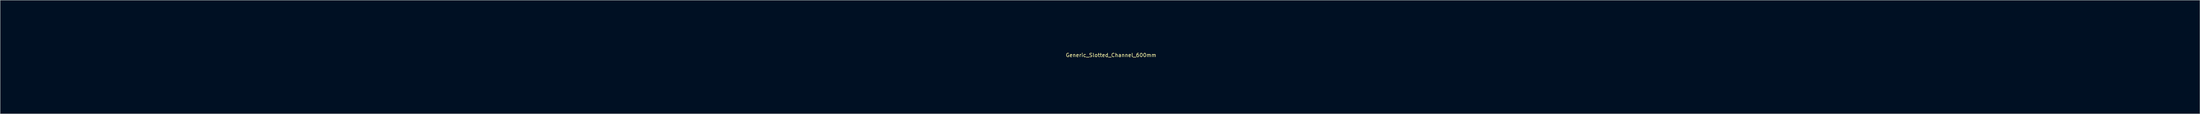
<source format=kicad_pcb>
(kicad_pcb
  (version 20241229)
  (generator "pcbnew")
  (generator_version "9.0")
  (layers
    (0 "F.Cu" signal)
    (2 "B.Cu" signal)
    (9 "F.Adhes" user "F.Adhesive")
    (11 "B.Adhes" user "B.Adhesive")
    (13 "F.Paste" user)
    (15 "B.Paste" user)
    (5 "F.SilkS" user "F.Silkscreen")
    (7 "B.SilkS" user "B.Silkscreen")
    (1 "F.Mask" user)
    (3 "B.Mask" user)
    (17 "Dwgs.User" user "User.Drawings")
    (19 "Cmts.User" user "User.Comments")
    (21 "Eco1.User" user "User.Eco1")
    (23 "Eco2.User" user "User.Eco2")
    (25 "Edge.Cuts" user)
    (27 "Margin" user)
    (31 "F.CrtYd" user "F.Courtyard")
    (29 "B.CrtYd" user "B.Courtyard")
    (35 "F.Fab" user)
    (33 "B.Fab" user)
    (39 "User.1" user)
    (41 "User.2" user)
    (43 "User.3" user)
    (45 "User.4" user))
  (footprint "Generic_Slotted_Channel_600mm"
    (layer "F.Cu")
    (at 300.025 12.525)
    (property "Reference" "Generic_Slotted_Channel_600mm" (at 0 -0.5 0) (unlocked yes) (layer "F.SilkS") (effects (font (size 1 1) (thickness 0.15))))
    (fp_line (start -300 -10.5) (end -300 -12.5) (stroke (width 0.05) (type solid)) (layer "User.1"))
    (fp_line (start -300 10.5) (end -300 -10.5) (stroke (width 0.05) (type solid)) (layer "User.1"))
    (fp_line (start -300 12.5) (end -300 10.5) (stroke (width 0.05) (type solid)) (layer "User.1"))
    (fp_line (start -292 -12.5) (end -300 -12.5) (stroke (width 0.05) (type solid)) (layer "User.1"))
    (fp_line (start -292 -12.5) (end -291.5 -12.5) (stroke (width 0.05) (type solid)) (layer "User.1"))
    (fp_line (start -292 -10.5) (end -300 -10.5) (stroke (width 0.05) (type solid)) (layer "User.1"))
    (fp_line (start -292 -10.5) (end -292 -12.5) (stroke (width 0.05) (type solid)) (layer "User.1"))
    (fp_line (start -292 -10.5) (end -291.5 -10.5) (stroke (width 0.05) (type solid)) (layer "User.1"))
    (fp_line (start -292 10.5) (end -300 10.5) (stroke (width 0.05) (type solid)) (layer "User.1"))
    (fp_line (start -292 10.5) (end -291.5 10.5) (stroke (width 0.05) (type solid)) (layer "User.1"))
    (fp_line (start -292 12.5) (end -300 12.5) (stroke (width 0.05) (type solid)) (layer "User.1"))
    (fp_line (start -292 12.5) (end -292 10.5) (stroke (width 0.05) (type solid)) (layer "User.1"))
    (fp_line (start -292 12.5) (end -291.5 12.5) (stroke (width 0.05) (type solid)) (layer "User.1"))
    (fp_line (start -291.5 -12.5) (end -291 -12.5) (stroke (width 0.05) (type solid)) (layer "User.1"))
    (fp_line (start -291.5 -10.5) (end -291 -10.5) (stroke (width 0.05) (type solid)) (layer "User.1"))
    (fp_line (start -291.5 10.5) (end -291 10.5) (stroke (width 0.05) (type solid)) (layer "User.1"))
    (fp_line (start -291.5 12.5) (end -291 12.5) (stroke (width 0.05) (type solid)) (layer "User.1"))
    (fp_line (start -291 -12.5) (end -290.5 -12.5) (stroke (width 0.05) (type solid)) (layer "User.1"))
    (fp_line (start -291 -10.5) (end -290.5 -10.5) (stroke (width 0.05) (type solid)) (layer "User.1"))
    (fp_line (start -291 10.5) (end -290.5 10.5) (stroke (width 0.05) (type solid)) (layer "User.1"))
    (fp_line (start -291 12.5) (end -290.5 12.5) (stroke (width 0.05) (type solid)) (layer "User.1"))
    (fp_line (start -290.5 -12.5) (end -290 -12.5) (stroke (width 0.05) (type solid)) (layer "User.1"))
    (fp_line (start -290.5 -10.5) (end -290 -10.5) (stroke (width 0.05) (type solid)) (layer "User.1"))
    (fp_line (start -290.5 10.5) (end -290 10.5) (stroke (width 0.05) (type solid)) (layer "User.1"))
    (fp_line (start -290.5 12.5) (end -290 12.5) (stroke (width 0.05) (type solid)) (layer "User.1"))
    (fp_line (start -290 -10.5) (end -290 -12.5) (stroke (width 0.05) (type solid)) (layer "User.1"))
    (fp_line (start -290 12.5) (end -290 10.5) (stroke (width 0.05) (type solid)) (layer "User.1"))
    (fp_line (start -274 -12.5) (end -290 -12.5) (stroke (width 0.05) (type solid)) (layer "User.1"))
    (fp_line (start -274 -12.5) (end -273.5 -12.5) (stroke (width 0.05) (type solid)) (layer "User.1"))
    (fp_line (start -274 -10.5) (end -290 -10.5) (stroke (width 0.05) (type solid)) (layer "User.1"))
    (fp_line (start -274 -10.5) (end -274 -12.5) (stroke (width 0.05) (type solid)) (layer "User.1"))
    (fp_line (start -274 -10.5) (end -273.5 -10.5) (stroke (width 0.05) (type solid)) (layer "User.1"))
    (fp_line (start -274 10.5) (end -290 10.5) (stroke (width 0.05) (type solid)) (layer "User.1"))
    (fp_line (start -274 10.5) (end -273.5 10.5) (stroke (width 0.05) (type solid)) (layer "User.1"))
    (fp_line (start -274 12.5) (end -290 12.5) (stroke (width 0.05) (type solid)) (layer "User.1"))
    (fp_line (start -274 12.5) (end -274 10.5) (stroke (width 0.05) (type solid)) (layer "User.1"))
    (fp_line (start -274 12.5) (end -273.5 12.5) (stroke (width 0.05) (type solid)) (layer "User.1"))
    (fp_line (start -273.5 -12.5) (end -273 -12.5) (stroke (width 0.05) (type solid)) (layer "User.1"))
    (fp_line (start -273.5 -10.5) (end -273 -10.5) (stroke (width 0.05) (type solid)) (layer "User.1"))
    (fp_line (start -273.5 10.5) (end -273 10.5) (stroke (width 0.05) (type solid)) (layer "User.1"))
    (fp_line (start -273.5 12.5) (end -273 12.5) (stroke (width 0.05) (type solid)) (layer "User.1"))
    (fp_line (start -273 -12.5) (end -272.5 -12.5) (stroke (width 0.05) (type solid)) (layer "User.1"))
    (fp_line (start -273 -10.5) (end -272.5 -10.5) (stroke (width 0.05) (type solid)) (layer "User.1"))
    (fp_line (start -273 10.5) (end -272.5 10.5) (stroke (width 0.05) (type solid)) (layer "User.1"))
    (fp_line (start -273 12.5) (end -272.5 12.5) (stroke (width 0.05) (type solid)) (layer "User.1"))
    (fp_line (start -272.5 -12.5) (end -272 -12.5) (stroke (width 0.05) (type solid)) (layer "User.1"))
    (fp_line (start -272.5 -10.5) (end -272 -10.5) (stroke (width 0.05) (type solid)) (layer "User.1"))
    (fp_line (start -272.5 10.5) (end -272 10.5) (stroke (width 0.05) (type solid)) (layer "User.1"))
    (fp_line (start -272.5 12.5) (end -272 12.5) (stroke (width 0.05) (type solid)) (layer "User.1"))
    (fp_line (start -272 -10.5) (end -272 -12.5) (stroke (width 0.05) (type solid)) (layer "User.1"))
    (fp_line (start -272 12.5) (end -272 10.5) (stroke (width 0.05) (type solid)) (layer "User.1"))
    (fp_line (start -256 -12.5) (end -272 -12.5) (stroke (width 0.05) (type solid)) (layer "User.1"))
    (fp_line (start -256 -12.5) (end -255.5 -12.5) (stroke (width 0.05) (type solid)) (layer "User.1"))
    (fp_line (start -256 -10.5) (end -272 -10.5) (stroke (width 0.05) (type solid)) (layer "User.1"))
    (fp_line (start -256 -10.5) (end -256 -12.5) (stroke (width 0.05) (type solid)) (layer "User.1"))
    (fp_line (start -256 -10.5) (end -255.5 -10.5) (stroke (width 0.05) (type solid)) (layer "User.1"))
    (fp_line (start -256 10.5) (end -272 10.5) (stroke (width 0.05) (type solid)) (layer "User.1"))
    (fp_line (start -256 10.5) (end -255.5 10.5) (stroke (width 0.05) (type solid)) (layer "User.1"))
    (fp_line (start -256 12.5) (end -272 12.5) (stroke (width 0.05) (type solid)) (layer "User.1"))
    (fp_line (start -256 12.5) (end -256 10.5) (stroke (width 0.05) (type solid)) (layer "User.1"))
    (fp_line (start -256 12.5) (end -255.5 12.5) (stroke (width 0.05) (type solid)) (layer "User.1"))
    (fp_line (start -255.5 -12.5) (end -255 -12.5) (stroke (width 0.05) (type solid)) (layer "User.1"))
    (fp_line (start -255.5 -10.5) (end -255 -10.5) (stroke (width 0.05) (type solid)) (layer "User.1"))
    (fp_line (start -255.5 10.5) (end -255 10.5) (stroke (width 0.05) (type solid)) (layer "User.1"))
    (fp_line (start -255.5 12.5) (end -255 12.5) (stroke (width 0.05) (type solid)) (layer "User.1"))
    (fp_line (start -255 -12.5) (end -254.5 -12.5) (stroke (width 0.05) (type solid)) (layer "User.1"))
    (fp_line (start -255 -10.5) (end -254.5 -10.5) (stroke (width 0.05) (type solid)) (layer "User.1"))
    (fp_line (start -255 10.5) (end -254.5 10.5) (stroke (width 0.05) (type solid)) (layer "User.1"))
    (fp_line (start -255 12.5) (end -254.5 12.5) (stroke (width 0.05) (type solid)) (layer "User.1"))
    (fp_line (start -254.5 -12.5) (end -254 -12.5) (stroke (width 0.05) (type solid)) (layer "User.1"))
    (fp_line (start -254.5 -10.5) (end -254 -10.5) (stroke (width 0.05) (type solid)) (layer "User.1"))
    (fp_line (start -254.5 10.5) (end -254 10.5) (stroke (width 0.05) (type solid)) (layer "User.1"))
    (fp_line (start -254.5 12.5) (end -254 12.5) (stroke (width 0.05) (type solid)) (layer "User.1"))
    (fp_line (start -254 -10.5) (end -254 -12.5) (stroke (width 0.05) (type solid)) (layer "User.1"))
    (fp_line (start -254 12.5) (end -254 10.5) (stroke (width 0.05) (type solid)) (layer "User.1"))
    (fp_line (start -238 -12.5) (end -254 -12.5) (stroke (width 0.05) (type solid)) (layer "User.1"))
    (fp_line (start -238 -12.5) (end -237.5 -12.5) (stroke (width 0.05) (type solid)) (layer "User.1"))
    (fp_line (start -238 -10.5) (end -254 -10.5) (stroke (width 0.05) (type solid)) (layer "User.1"))
    (fp_line (start -238 -10.5) (end -238 -12.5) (stroke (width 0.05) (type solid)) (layer "User.1"))
    (fp_line (start -238 -10.5) (end -237.5 -10.5) (stroke (width 0.05) (type solid)) (layer "User.1"))
    (fp_line (start -238 10.5) (end -254 10.5) (stroke (width 0.05) (type solid)) (layer "User.1"))
    (fp_line (start -238 10.5) (end -237.5 10.5) (stroke (width 0.05) (type solid)) (layer "User.1"))
    (fp_line (start -238 12.5) (end -254 12.5) (stroke (width 0.05) (type solid)) (layer "User.1"))
    (fp_line (start -238 12.5) (end -238 10.5) (stroke (width 0.05) (type solid)) (layer "User.1"))
    (fp_line (start -238 12.5) (end -237.5 12.5) (stroke (width 0.05) (type solid)) (layer "User.1"))
    (fp_line (start -237.5 -12.5) (end -237 -12.5) (stroke (width 0.05) (type solid)) (layer "User.1"))
    (fp_line (start -237.5 -10.5) (end -237 -10.5) (stroke (width 0.05) (type solid)) (layer "User.1"))
    (fp_line (start -237.5 10.5) (end -237 10.5) (stroke (width 0.05) (type solid)) (layer "User.1"))
    (fp_line (start -237.5 12.5) (end -237 12.5) (stroke (width 0.05) (type solid)) (layer "User.1"))
    (fp_line (start -237 -12.5) (end -236.5 -12.5) (stroke (width 0.05) (type solid)) (layer "User.1"))
    (fp_line (start -237 -10.5) (end -236.5 -10.5) (stroke (width 0.05) (type solid)) (layer "User.1"))
    (fp_line (start -237 10.5) (end -236.5 10.5) (stroke (width 0.05) (type solid)) (layer "User.1"))
    (fp_line (start -237 12.5) (end -236.5 12.5) (stroke (width 0.05) (type solid)) (layer "User.1"))
    (fp_line (start -236.5 -12.5) (end -236 -12.5) (stroke (width 0.05) (type solid)) (layer "User.1"))
    (fp_line (start -236.5 -10.5) (end -236 -10.5) (stroke (width 0.05) (type solid)) (layer "User.1"))
    (fp_line (start -236.5 10.5) (end -236 10.5) (stroke (width 0.05) (type solid)) (layer "User.1"))
    (fp_line (start -236.5 12.5) (end -236 12.5) (stroke (width 0.05) (type solid)) (layer "User.1"))
    (fp_line (start -236 -10.5) (end -236 -12.5) (stroke (width 0.05) (type solid)) (layer "User.1"))
    (fp_line (start -236 12.5) (end -236 10.5) (stroke (width 0.05) (type solid)) (layer "User.1"))
    (fp_line (start -220 -12.5) (end -236 -12.5) (stroke (width 0.05) (type solid)) (layer "User.1"))
    (fp_line (start -220 -12.5) (end -219.5 -12.5) (stroke (width 0.05) (type solid)) (layer "User.1"))
    (fp_line (start -220 -10.5) (end -236 -10.5) (stroke (width 0.05) (type solid)) (layer "User.1"))
    (fp_line (start -220 -10.5) (end -220 -12.5) (stroke (width 0.05) (type solid)) (layer "User.1"))
    (fp_line (start -220 -10.5) (end -219.5 -10.5) (stroke (width 0.05) (type solid)) (layer "User.1"))
    (fp_line (start -220 10.5) (end -236 10.5) (stroke (width 0.05) (type solid)) (layer "User.1"))
    (fp_line (start -220 10.5) (end -219.5 10.5) (stroke (width 0.05) (type solid)) (layer "User.1"))
    (fp_line (start -220 12.5) (end -236 12.5) (stroke (width 0.05) (type solid)) (layer "User.1"))
    (fp_line (start -220 12.5) (end -220 10.5) (stroke (width 0.05) (type solid)) (layer "User.1"))
    (fp_line (start -220 12.5) (end -219.5 12.5) (stroke (width 0.05) (type solid)) (layer "User.1"))
    (fp_line (start -219.5 -12.5) (end -219 -12.5) (stroke (width 0.05) (type solid)) (layer "User.1"))
    (fp_line (start -219.5 -10.5) (end -219 -10.5) (stroke (width 0.05) (type solid)) (layer "User.1"))
    (fp_line (start -219.5 10.5) (end -219 10.5) (stroke (width 0.05) (type solid)) (layer "User.1"))
    (fp_line (start -219.5 12.5) (end -219 12.5) (stroke (width 0.05) (type solid)) (layer "User.1"))
    (fp_line (start -219 -12.5) (end -218.5 -12.5) (stroke (width 0.05) (type solid)) (layer "User.1"))
    (fp_line (start -219 -10.5) (end -218.5 -10.5) (stroke (width 0.05) (type solid)) (layer "User.1"))
    (fp_line (start -219 10.5) (end -218.5 10.5) (stroke (width 0.05) (type solid)) (layer "User.1"))
    (fp_line (start -219 12.5) (end -218.5 12.5) (stroke (width 0.05) (type solid)) (layer "User.1"))
    (fp_line (start -218.5 -12.5) (end -218 -12.5) (stroke (width 0.05) (type solid)) (layer "User.1"))
    (fp_line (start -218.5 -10.5) (end -218 -10.5) (stroke (width 0.05) (type solid)) (layer "User.1"))
    (fp_line (start -218.5 10.5) (end -218 10.5) (stroke (width 0.05) (type solid)) (layer "User.1"))
    (fp_line (start -218.5 12.5) (end -218 12.5) (stroke (width 0.05) (type solid)) (layer "User.1"))
    (fp_line (start -218 -10.5) (end -218 -12.5) (stroke (width 0.05) (type solid)) (layer "User.1"))
    (fp_line (start -218 12.5) (end -218 10.5) (stroke (width 0.05) (type solid)) (layer "User.1"))
    (fp_line (start -202 -12.5) (end -218 -12.5) (stroke (width 0.05) (type solid)) (layer "User.1"))
    (fp_line (start -202 -12.5) (end -201.5 -12.5) (stroke (width 0.05) (type solid)) (layer "User.1"))
    (fp_line (start -202 -10.5) (end -218 -10.5) (stroke (width 0.05) (type solid)) (layer "User.1"))
    (fp_line (start -202 -10.5) (end -202 -12.5) (stroke (width 0.05) (type solid)) (layer "User.1"))
    (fp_line (start -202 -10.5) (end -201.5 -10.5) (stroke (width 0.05) (type solid)) (layer "User.1"))
    (fp_line (start -202 10.5) (end -218 10.5) (stroke (width 0.05) (type solid)) (layer "User.1"))
    (fp_line (start -202 10.5) (end -201.5 10.5) (stroke (width 0.05) (type solid)) (layer "User.1"))
    (fp_line (start -202 12.5) (end -218 12.5) (stroke (width 0.05) (type solid)) (layer "User.1"))
    (fp_line (start -202 12.5) (end -202 10.5) (stroke (width 0.05) (type solid)) (layer "User.1"))
    (fp_line (start -202 12.5) (end -201.5 12.5) (stroke (width 0.05) (type solid)) (layer "User.1"))
    (fp_line (start -201.5 -12.5) (end -201 -12.5) (stroke (width 0.05) (type solid)) (layer "User.1"))
    (fp_line (start -201.5 -10.5) (end -201 -10.5) (stroke (width 0.05) (type solid)) (layer "User.1"))
    (fp_line (start -201.5 10.5) (end -201 10.5) (stroke (width 0.05) (type solid)) (layer "User.1"))
    (fp_line (start -201.5 12.5) (end -201 12.5) (stroke (width 0.05) (type solid)) (layer "User.1"))
    (fp_line (start -201 -12.5) (end -200.5 -12.5) (stroke (width 0.05) (type solid)) (layer "User.1"))
    (fp_line (start -201 -10.5) (end -200.5 -10.5) (stroke (width 0.05) (type solid)) (layer "User.1"))
    (fp_line (start -201 10.5) (end -200.5 10.5) (stroke (width 0.05) (type solid)) (layer "User.1"))
    (fp_line (start -201 12.5) (end -200.5 12.5) (stroke (width 0.05) (type solid)) (layer "User.1"))
    (fp_line (start -200.5 -12.5) (end -200 -12.5) (stroke (width 0.05) (type solid)) (layer "User.1"))
    (fp_line (start -200.5 -10.5) (end -200 -10.5) (stroke (width 0.05) (type solid)) (layer "User.1"))
    (fp_line (start -200.5 10.5) (end -200 10.5) (stroke (width 0.05) (type solid)) (layer "User.1"))
    (fp_line (start -200.5 12.5) (end -200 12.5) (stroke (width 0.05) (type solid)) (layer "User.1"))
    (fp_line (start -200 -10.5) (end -200 -12.5) (stroke (width 0.05) (type solid)) (layer "User.1"))
    (fp_line (start -200 12.5) (end -200 10.5) (stroke (width 0.05) (type solid)) (layer "User.1"))
    (fp_line (start -184 -12.5) (end -200 -12.5) (stroke (width 0.05) (type solid)) (layer "User.1"))
    (fp_line (start -184 -12.5) (end -183.5 -12.5) (stroke (width 0.05) (type solid)) (layer "User.1"))
    (fp_line (start -184 -10.5) (end -200 -10.5) (stroke (width 0.05) (type solid)) (layer "User.1"))
    (fp_line (start -184 -10.5) (end -184 -12.5) (stroke (width 0.05) (type solid)) (layer "User.1"))
    (fp_line (start -184 -10.5) (end -183.5 -10.5) (stroke (width 0.05) (type solid)) (layer "User.1"))
    (fp_line (start -184 10.5) (end -200 10.5) (stroke (width 0.05) (type solid)) (layer "User.1"))
    (fp_line (start -184 10.5) (end -183.5 10.5) (stroke (width 0.05) (type solid)) (layer "User.1"))
    (fp_line (start -184 12.5) (end -200 12.5) (stroke (width 0.05) (type solid)) (layer "User.1"))
    (fp_line (start -184 12.5) (end -184 10.5) (stroke (width 0.05) (type solid)) (layer "User.1"))
    (fp_line (start -184 12.5) (end -183.5 12.5) (stroke (width 0.05) (type solid)) (layer "User.1"))
    (fp_line (start -183.5 -12.5) (end -183 -12.5) (stroke (width 0.05) (type solid)) (layer "User.1"))
    (fp_line (start -183.5 -10.5) (end -183 -10.5) (stroke (width 0.05) (type solid)) (layer "User.1"))
    (fp_line (start -183.5 10.5) (end -183 10.5) (stroke (width 0.05) (type solid)) (layer "User.1"))
    (fp_line (start -183.5 12.5) (end -183 12.5) (stroke (width 0.05) (type solid)) (layer "User.1"))
    (fp_line (start -183 -12.5) (end -182.5 -12.5) (stroke (width 0.05) (type solid)) (layer "User.1"))
    (fp_line (start -183 -10.5) (end -182.5 -10.5) (stroke (width 0.05) (type solid)) (layer "User.1"))
    (fp_line (start -183 10.5) (end -182.5 10.5) (stroke (width 0.05) (type solid)) (layer "User.1"))
    (fp_line (start -183 12.5) (end -182.5 12.5) (stroke (width 0.05) (type solid)) (layer "User.1"))
    (fp_line (start -182.5 -12.5) (end -182 -12.5) (stroke (width 0.05) (type solid)) (layer "User.1"))
    (fp_line (start -182.5 -10.5) (end -182 -10.5) (stroke (width 0.05) (type solid)) (layer "User.1"))
    (fp_line (start -182.5 10.5) (end -182 10.5) (stroke (width 0.05) (type solid)) (layer "User.1"))
    (fp_line (start -182.5 12.5) (end -182 12.5) (stroke (width 0.05) (type solid)) (layer "User.1"))
    (fp_line (start -182 -10.5) (end -182 -12.5) (stroke (width 0.05) (type solid)) (layer "User.1"))
    (fp_line (start -182 12.5) (end -182 10.5) (stroke (width 0.05) (type solid)) (layer "User.1"))
    (fp_line (start -166 -12.5) (end -182 -12.5) (stroke (width 0.05) (type solid)) (layer "User.1"))
    (fp_line (start -166 -12.5) (end -165.5 -12.5) (stroke (width 0.05) (type solid)) (layer "User.1"))
    (fp_line (start -166 -10.5) (end -182 -10.5) (stroke (width 0.05) (type solid)) (layer "User.1"))
    (fp_line (start -166 -10.5) (end -166 -12.5) (stroke (width 0.05) (type solid)) (layer "User.1"))
    (fp_line (start -166 -10.5) (end -165.5 -10.5) (stroke (width 0.05) (type solid)) (layer "User.1"))
    (fp_line (start -166 10.5) (end -182 10.5) (stroke (width 0.05) (type solid)) (layer "User.1"))
    (fp_line (start -166 10.5) (end -165.5 10.5) (stroke (width 0.05) (type solid)) (layer "User.1"))
    (fp_line (start -166 12.5) (end -182 12.5) (stroke (width 0.05) (type solid)) (layer "User.1"))
    (fp_line (start -166 12.5) (end -166 10.5) (stroke (width 0.05) (type solid)) (layer "User.1"))
    (fp_line (start -166 12.5) (end -165.5 12.5) (stroke (width 0.05) (type solid)) (layer "User.1"))
    (fp_line (start -165.5 -12.5) (end -165 -12.5) (stroke (width 0.05) (type solid)) (layer "User.1"))
    (fp_line (start -165.5 -10.5) (end -165 -10.5) (stroke (width 0.05) (type solid)) (layer "User.1"))
    (fp_line (start -165.5 10.5) (end -165 10.5) (stroke (width 0.05) (type solid)) (layer "User.1"))
    (fp_line (start -165.5 12.5) (end -165 12.5) (stroke (width 0.05) (type solid)) (layer "User.1"))
    (fp_line (start -165 -12.5) (end -164.5 -12.5) (stroke (width 0.05) (type solid)) (layer "User.1"))
    (fp_line (start -165 -10.5) (end -164.5 -10.5) (stroke (width 0.05) (type solid)) (layer "User.1"))
    (fp_line (start -165 10.5) (end -164.5 10.5) (stroke (width 0.05) (type solid)) (layer "User.1"))
    (fp_line (start -165 12.5) (end -164.5 12.5) (stroke (width 0.05) (type solid)) (layer "User.1"))
    (fp_line (start -164.5 -12.5) (end -164 -12.5) (stroke (width 0.05) (type solid)) (layer "User.1"))
    (fp_line (start -164.5 -10.5) (end -164 -10.5) (stroke (width 0.05) (type solid)) (layer "User.1"))
    (fp_line (start -164.5 10.5) (end -164 10.5) (stroke (width 0.05) (type solid)) (layer "User.1"))
    (fp_line (start -164.5 12.5) (end -164 12.5) (stroke (width 0.05) (type solid)) (layer "User.1"))
    (fp_line (start -164 -10.5) (end -164 -12.5) (stroke (width 0.05) (type solid)) (layer "User.1"))
    (fp_line (start -164 12.5) (end -164 10.5) (stroke (width 0.05) (type solid)) (layer "User.1"))
    (fp_line (start -148 -12.5) (end -164 -12.5) (stroke (width 0.05) (type solid)) (layer "User.1"))
    (fp_line (start -148 -12.5) (end -147.5 -12.5) (stroke (width 0.05) (type solid)) (layer "User.1"))
    (fp_line (start -148 -10.5) (end -164 -10.5) (stroke (width 0.05) (type solid)) (layer "User.1"))
    (fp_line (start -148 -10.5) (end -148 -12.5) (stroke (width 0.05) (type solid)) (layer "User.1"))
    (fp_line (start -148 -10.5) (end -147.5 -10.5) (stroke (width 0.05) (type solid)) (layer "User.1"))
    (fp_line (start -148 10.5) (end -164 10.5) (stroke (width 0.05) (type solid)) (layer "User.1"))
    (fp_line (start -148 10.5) (end -147.5 10.5) (stroke (width 0.05) (type solid)) (layer "User.1"))
    (fp_line (start -148 12.5) (end -164 12.5) (stroke (width 0.05) (type solid)) (layer "User.1"))
    (fp_line (start -148 12.5) (end -148 10.5) (stroke (width 0.05) (type solid)) (layer "User.1"))
    (fp_line (start -148 12.5) (end -147.5 12.5) (stroke (width 0.05) (type solid)) (layer "User.1"))
    (fp_line (start -147.5 -12.5) (end -147 -12.5) (stroke (width 0.05) (type solid)) (layer "User.1"))
    (fp_line (start -147.5 -10.5) (end -147 -10.5) (stroke (width 0.05) (type solid)) (layer "User.1"))
    (fp_line (start -147.5 10.5) (end -147 10.5) (stroke (width 0.05) (type solid)) (layer "User.1"))
    (fp_line (start -147.5 12.5) (end -147 12.5) (stroke (width 0.05) (type solid)) (layer "User.1"))
    (fp_line (start -147 -12.5) (end -146.5 -12.5) (stroke (width 0.05) (type solid)) (layer "User.1"))
    (fp_line (start -147 -10.5) (end -146.5 -10.5) (stroke (width 0.05) (type solid)) (layer "User.1"))
    (fp_line (start -147 10.5) (end -146.5 10.5) (stroke (width 0.05) (type solid)) (layer "User.1"))
    (fp_line (start -147 12.5) (end -146.5 12.5) (stroke (width 0.05) (type solid)) (layer "User.1"))
    (fp_line (start -146.5 -12.5) (end -146 -12.5) (stroke (width 0.05) (type solid)) (layer "User.1"))
    (fp_line (start -146.5 -10.5) (end -146 -10.5) (stroke (width 0.05) (type solid)) (layer "User.1"))
    (fp_line (start -146.5 10.5) (end -146 10.5) (stroke (width 0.05) (type solid)) (layer "User.1"))
    (fp_line (start -146.5 12.5) (end -146 12.5) (stroke (width 0.05) (type solid)) (layer "User.1"))
    (fp_line (start -146 -10.5) (end -146 -12.5) (stroke (width 0.05) (type solid)) (layer "User.1"))
    (fp_line (start -146 12.5) (end -146 10.5) (stroke (width 0.05) (type solid)) (layer "User.1"))
    (fp_line (start -130 -12.5) (end -146 -12.5) (stroke (width 0.05) (type solid)) (layer "User.1"))
    (fp_line (start -130 -12.5) (end -129.5 -12.5) (stroke (width 0.05) (type solid)) (layer "User.1"))
    (fp_line (start -130 -10.5) (end -146 -10.5) (stroke (width 0.05) (type solid)) (layer "User.1"))
    (fp_line (start -130 -10.5) (end -130 -12.5) (stroke (width 0.05) (type solid)) (layer "User.1"))
    (fp_line (start -130 -10.5) (end -129.5 -10.5) (stroke (width 0.05) (type solid)) (layer "User.1"))
    (fp_line (start -130 10.5) (end -146 10.5) (stroke (width 0.05) (type solid)) (layer "User.1"))
    (fp_line (start -130 10.5) (end -129.5 10.5) (stroke (width 0.05) (type solid)) (layer "User.1"))
    (fp_line (start -130 12.5) (end -146 12.5) (stroke (width 0.05) (type solid)) (layer "User.1"))
    (fp_line (start -130 12.5) (end -130 10.5) (stroke (width 0.05) (type solid)) (layer "User.1"))
    (fp_line (start -130 12.5) (end -129.5 12.5) (stroke (width 0.05) (type solid)) (layer "User.1"))
    (fp_line (start -129.5 -12.5) (end -129 -12.5) (stroke (width 0.05) (type solid)) (layer "User.1"))
    (fp_line (start -129.5 -10.5) (end -129 -10.5) (stroke (width 0.05) (type solid)) (layer "User.1"))
    (fp_line (start -129.5 10.5) (end -129 10.5) (stroke (width 0.05) (type solid)) (layer "User.1"))
    (fp_line (start -129.5 12.5) (end -129 12.5) (stroke (width 0.05) (type solid)) (layer "User.1"))
    (fp_line (start -129 -12.5) (end -128.5 -12.5) (stroke (width 0.05) (type solid)) (layer "User.1"))
    (fp_line (start -129 -10.5) (end -128.5 -10.5) (stroke (width 0.05) (type solid)) (layer "User.1"))
    (fp_line (start -129 10.5) (end -128.5 10.5) (stroke (width 0.05) (type solid)) (layer "User.1"))
    (fp_line (start -129 12.5) (end -128.5 12.5) (stroke (width 0.05) (type solid)) (layer "User.1"))
    (fp_line (start -128.5 -12.5) (end -128 -12.5) (stroke (width 0.05) (type solid)) (layer "User.1"))
    (fp_line (start -128.5 -10.5) (end -128 -10.5) (stroke (width 0.05) (type solid)) (layer "User.1"))
    (fp_line (start -128.5 10.5) (end -128 10.5) (stroke (width 0.05) (type solid)) (layer "User.1"))
    (fp_line (start -128.5 12.5) (end -128 12.5) (stroke (width 0.05) (type solid)) (layer "User.1"))
    (fp_line (start -128 -10.5) (end -128 -12.5) (stroke (width 0.05) (type solid)) (layer "User.1"))
    (fp_line (start -128 12.5) (end -128 10.5) (stroke (width 0.05) (type solid)) (layer "User.1"))
    (fp_line (start -112 -12.5) (end -128 -12.5) (stroke (width 0.05) (type solid)) (layer "User.1"))
    (fp_line (start -112 -12.5) (end -111.5 -12.5) (stroke (width 0.05) (type solid)) (layer "User.1"))
    (fp_line (start -112 -10.5) (end -128 -10.5) (stroke (width 0.05) (type solid)) (layer "User.1"))
    (fp_line (start -112 -10.5) (end -112 -12.5) (stroke (width 0.05) (type solid)) (layer "User.1"))
    (fp_line (start -112 -10.5) (end -111.5 -10.5) (stroke (width 0.05) (type solid)) (layer "User.1"))
    (fp_line (start -112 10.5) (end -128 10.5) (stroke (width 0.05) (type solid)) (layer "User.1"))
    (fp_line (start -112 10.5) (end -111.5 10.5) (stroke (width 0.05) (type solid)) (layer "User.1"))
    (fp_line (start -112 12.5) (end -128 12.5) (stroke (width 0.05) (type solid)) (layer "User.1"))
    (fp_line (start -112 12.5) (end -112 10.5) (stroke (width 0.05) (type solid)) (layer "User.1"))
    (fp_line (start -112 12.5) (end -111.5 12.5) (stroke (width 0.05) (type solid)) (layer "User.1"))
    (fp_line (start -111.5 -12.5) (end -111 -12.5) (stroke (width 0.05) (type solid)) (layer "User.1"))
    (fp_line (start -111.5 -10.5) (end -111 -10.5) (stroke (width 0.05) (type solid)) (layer "User.1"))
    (fp_line (start -111.5 10.5) (end -111 10.5) (stroke (width 0.05) (type solid)) (layer "User.1"))
    (fp_line (start -111.5 12.5) (end -111 12.5) (stroke (width 0.05) (type solid)) (layer "User.1"))
    (fp_line (start -111 -12.5) (end -110.5 -12.5) (stroke (width 0.05) (type solid)) (layer "User.1"))
    (fp_line (start -111 -10.5) (end -110.5 -10.5) (stroke (width 0.05) (type solid)) (layer "User.1"))
    (fp_line (start -111 10.5) (end -110.5 10.5) (stroke (width 0.05) (type solid)) (layer "User.1"))
    (fp_line (start -111 12.5) (end -110.5 12.5) (stroke (width 0.05) (type solid)) (layer "User.1"))
    (fp_line (start -110.5 -12.5) (end -110 -12.5) (stroke (width 0.05) (type solid)) (layer "User.1"))
    (fp_line (start -110.5 -10.5) (end -110 -10.5) (stroke (width 0.05) (type solid)) (layer "User.1"))
    (fp_line (start -110.5 10.5) (end -110 10.5) (stroke (width 0.05) (type solid)) (layer "User.1"))
    (fp_line (start -110.5 12.5) (end -110 12.5) (stroke (width 0.05) (type solid)) (layer "User.1"))
    (fp_line (start -110 -10.5) (end -110 -12.5) (stroke (width 0.05) (type solid)) (layer "User.1"))
    (fp_line (start -110 12.5) (end -110 10.5) (stroke (width 0.05) (type solid)) (layer "User.1"))
    (fp_line (start -94 -12.5) (end -110 -12.5) (stroke (width 0.05) (type solid)) (layer "User.1"))
    (fp_line (start -94 -12.5) (end -93.5 -12.5) (stroke (width 0.05) (type solid)) (layer "User.1"))
    (fp_line (start -94 -10.5) (end -110 -10.5) (stroke (width 0.05) (type solid)) (layer "User.1"))
    (fp_line (start -94 -10.5) (end -94 -12.5) (stroke (width 0.05) (type solid)) (layer "User.1"))
    (fp_line (start -94 -10.5) (end -93.5 -10.5) (stroke (width 0.05) (type solid)) (layer "User.1"))
    (fp_line (start -94 10.5) (end -110 10.5) (stroke (width 0.05) (type solid)) (layer "User.1"))
    (fp_line (start -94 10.5) (end -93.5 10.5) (stroke (width 0.05) (type solid)) (layer "User.1"))
    (fp_line (start -94 12.5) (end -110 12.5) (stroke (width 0.05) (type solid)) (layer "User.1"))
    (fp_line (start -94 12.5) (end -94 10.5) (stroke (width 0.05) (type solid)) (layer "User.1"))
    (fp_line (start -94 12.5) (end -93.5 12.5) (stroke (width 0.05) (type solid)) (layer "User.1"))
    (fp_line (start -93.5 -12.5) (end -93 -12.5) (stroke (width 0.05) (type solid)) (layer "User.1"))
    (fp_line (start -93.5 -10.5) (end -93 -10.5) (stroke (width 0.05) (type solid)) (layer "User.1"))
    (fp_line (start -93.5 10.5) (end -93 10.5) (stroke (width 0.05) (type solid)) (layer "User.1"))
    (fp_line (start -93.5 12.5) (end -93 12.5) (stroke (width 0.05) (type solid)) (layer "User.1"))
    (fp_line (start -93 -12.5) (end -92.5 -12.5) (stroke (width 0.05) (type solid)) (layer "User.1"))
    (fp_line (start -93 -10.5) (end -92.5 -10.5) (stroke (width 0.05) (type solid)) (layer "User.1"))
    (fp_line (start -93 10.5) (end -92.5 10.5) (stroke (width 0.05) (type solid)) (layer "User.1"))
    (fp_line (start -93 12.5) (end -92.5 12.5) (stroke (width 0.05) (type solid)) (layer "User.1"))
    (fp_line (start -92.5 -12.5) (end -92 -12.5) (stroke (width 0.05) (type solid)) (layer "User.1"))
    (fp_line (start -92.5 -10.5) (end -92 -10.5) (stroke (width 0.05) (type solid)) (layer "User.1"))
    (fp_line (start -92.5 10.5) (end -92 10.5) (stroke (width 0.05) (type solid)) (layer "User.1"))
    (fp_line (start -92.5 12.5) (end -92 12.5) (stroke (width 0.05) (type solid)) (layer "User.1"))
    (fp_line (start -92 -10.5) (end -92 -12.5) (stroke (width 0.05) (type solid)) (layer "User.1"))
    (fp_line (start -92 12.5) (end -92 10.5) (stroke (width 0.05) (type solid)) (layer "User.1"))
    (fp_line (start -76 -12.5) (end -92 -12.5) (stroke (width 0.05) (type solid)) (layer "User.1"))
    (fp_line (start -76 -12.5) (end -75.5 -12.5) (stroke (width 0.05) (type solid)) (layer "User.1"))
    (fp_line (start -76 -10.5) (end -92 -10.5) (stroke (width 0.05) (type solid)) (layer "User.1"))
    (fp_line (start -76 -10.5) (end -76 -12.5) (stroke (width 0.05) (type solid)) (layer "User.1"))
    (fp_line (start -76 -10.5) (end -75.5 -10.5) (stroke (width 0.05) (type solid)) (layer "User.1"))
    (fp_line (start -76 10.5) (end -92 10.5) (stroke (width 0.05) (type solid)) (layer "User.1"))
    (fp_line (start -76 10.5) (end -75.5 10.5) (stroke (width 0.05) (type solid)) (layer "User.1"))
    (fp_line (start -76 12.5) (end -92 12.5) (stroke (width 0.05) (type solid)) (layer "User.1"))
    (fp_line (start -76 12.5) (end -76 10.5) (stroke (width 0.05) (type solid)) (layer "User.1"))
    (fp_line (start -76 12.5) (end -75.5 12.5) (stroke (width 0.05) (type solid)) (layer "User.1"))
    (fp_line (start -75.5 -12.5) (end -75 -12.5) (stroke (width 0.05) (type solid)) (layer "User.1"))
    (fp_line (start -75.5 -10.5) (end -75 -10.5) (stroke (width 0.05) (type solid)) (layer "User.1"))
    (fp_line (start -75.5 10.5) (end -75 10.5) (stroke (width 0.05) (type solid)) (layer "User.1"))
    (fp_line (start -75.5 12.5) (end -75 12.5) (stroke (width 0.05) (type solid)) (layer "User.1"))
    (fp_line (start -75 -12.5) (end -74.5 -12.5) (stroke (width 0.05) (type solid)) (layer "User.1"))
    (fp_line (start -75 -10.5) (end -74.5 -10.5) (stroke (width 0.05) (type solid)) (layer "User.1"))
    (fp_line (start -75 10.5) (end -74.5 10.5) (stroke (width 0.05) (type solid)) (layer "User.1"))
    (fp_line (start -75 12.5) (end -74.5 12.5) (stroke (width 0.05) (type solid)) (layer "User.1"))
    (fp_line (start -74.5 -12.5) (end -74 -12.5) (stroke (width 0.05) (type solid)) (layer "User.1"))
    (fp_line (start -74.5 -10.5) (end -74 -10.5) (stroke (width 0.05) (type solid)) (layer "User.1"))
    (fp_line (start -74.5 10.5) (end -74 10.5) (stroke (width 0.05) (type solid)) (layer "User.1"))
    (fp_line (start -74.5 12.5) (end -74 12.5) (stroke (width 0.05) (type solid)) (layer "User.1"))
    (fp_line (start -74 -10.5) (end -74 -12.5) (stroke (width 0.05) (type solid)) (layer "User.1"))
    (fp_line (start -74 12.5) (end -74 10.5) (stroke (width 0.05) (type solid)) (layer "User.1"))
    (fp_line (start -58 -12.5) (end -74 -12.5) (stroke (width 0.05) (type solid)) (layer "User.1"))
    (fp_line (start -58 -12.5) (end -57.5 -12.5) (stroke (width 0.05) (type solid)) (layer "User.1"))
    (fp_line (start -58 -10.5) (end -74 -10.5) (stroke (width 0.05) (type solid)) (layer "User.1"))
    (fp_line (start -58 -10.5) (end -58 -12.5) (stroke (width 0.05) (type solid)) (layer "User.1"))
    (fp_line (start -58 -10.5) (end -57.5 -10.5) (stroke (width 0.05) (type solid)) (layer "User.1"))
    (fp_line (start -58 10.5) (end -74 10.5) (stroke (width 0.05) (type solid)) (layer "User.1"))
    (fp_line (start -58 10.5) (end -57.5 10.5) (stroke (width 0.05) (type solid)) (layer "User.1"))
    (fp_line (start -58 12.5) (end -74 12.5) (stroke (width 0.05) (type solid)) (layer "User.1"))
    (fp_line (start -58 12.5) (end -58 10.5) (stroke (width 0.05) (type solid)) (layer "User.1"))
    (fp_line (start -58 12.5) (end -57.5 12.5) (stroke (width 0.05) (type solid)) (layer "User.1"))
    (fp_line (start -57.5 -12.5) (end -57 -12.5) (stroke (width 0.05) (type solid)) (layer "User.1"))
    (fp_line (start -57.5 -10.5) (end -57 -10.5) (stroke (width 0.05) (type solid)) (layer "User.1"))
    (fp_line (start -57.5 10.5) (end -57 10.5) (stroke (width 0.05) (type solid)) (layer "User.1"))
    (fp_line (start -57.5 12.5) (end -57 12.5) (stroke (width 0.05) (type solid)) (layer "User.1"))
    (fp_line (start -57 -12.5) (end -56.5 -12.5) (stroke (width 0.05) (type solid)) (layer "User.1"))
    (fp_line (start -57 -10.5) (end -56.5 -10.5) (stroke (width 0.05) (type solid)) (layer "User.1"))
    (fp_line (start -57 10.5) (end -56.5 10.5) (stroke (width 0.05) (type solid)) (layer "User.1"))
    (fp_line (start -57 12.5) (end -56.5 12.5) (stroke (width 0.05) (type solid)) (layer "User.1"))
    (fp_line (start -56.5 -12.5) (end -56 -12.5) (stroke (width 0.05) (type solid)) (layer "User.1"))
    (fp_line (start -56.5 -10.5) (end -56 -10.5) (stroke (width 0.05) (type solid)) (layer "User.1"))
    (fp_line (start -56.5 10.5) (end -56 10.5) (stroke (width 0.05) (type solid)) (layer "User.1"))
    (fp_line (start -56.5 12.5) (end -56 12.5) (stroke (width 0.05) (type solid)) (layer "User.1"))
    (fp_line (start -56 -10.5) (end -56 -12.5) (stroke (width 0.05) (type solid)) (layer "User.1"))
    (fp_line (start -56 12.5) (end -56 10.5) (stroke (width 0.05) (type solid)) (layer "User.1"))
    (fp_line (start -40 -12.5) (end -56 -12.5) (stroke (width 0.05) (type solid)) (layer "User.1"))
    (fp_line (start -40 -12.5) (end -39.5 -12.5) (stroke (width 0.05) (type solid)) (layer "User.1"))
    (fp_line (start -40 -10.5) (end -56 -10.5) (stroke (width 0.05) (type solid)) (layer "User.1"))
    (fp_line (start -40 -10.5) (end -40 -12.5) (stroke (width 0.05) (type solid)) (layer "User.1"))
    (fp_line (start -40 -10.5) (end -39.5 -10.5) (stroke (width 0.05) (type solid)) (layer "User.1"))
    (fp_line (start -40 10.5) (end -56 10.5) (stroke (width 0.05) (type solid)) (layer "User.1"))
    (fp_line (start -40 10.5) (end -39.5 10.5) (stroke (width 0.05) (type solid)) (layer "User.1"))
    (fp_line (start -40 12.5) (end -56 12.5) (stroke (width 0.05) (type solid)) (layer "User.1"))
    (fp_line (start -40 12.5) (end -40 10.5) (stroke (width 0.05) (type solid)) (layer "User.1"))
    (fp_line (start -40 12.5) (end -39.5 12.5) (stroke (width 0.05) (type solid)) (layer "User.1"))
    (fp_line (start -39.5 -12.5) (end -39 -12.5) (stroke (width 0.05) (type solid)) (layer "User.1"))
    (fp_line (start -39.5 -10.5) (end -39 -10.5) (stroke (width 0.05) (type solid)) (layer "User.1"))
    (fp_line (start -39.5 10.5) (end -39 10.5) (stroke (width 0.05) (type solid)) (layer "User.1"))
    (fp_line (start -39.5 12.5) (end -39 12.5) (stroke (width 0.05) (type solid)) (layer "User.1"))
    (fp_line (start -39 -12.5) (end -38.5 -12.5) (stroke (width 0.05) (type solid)) (layer "User.1"))
    (fp_line (start -39 -10.5) (end -38.5 -10.5) (stroke (width 0.05) (type solid)) (layer "User.1"))
    (fp_line (start -39 10.5) (end -38.5 10.5) (stroke (width 0.05) (type solid)) (layer "User.1"))
    (fp_line (start -39 12.5) (end -38.5 12.5) (stroke (width 0.05) (type solid)) (layer "User.1"))
    (fp_line (start -38.5 -12.5) (end -38 -12.5) (stroke (width 0.05) (type solid)) (layer "User.1"))
    (fp_line (start -38.5 -10.5) (end -38 -10.5) (stroke (width 0.05) (type solid)) (layer "User.1"))
    (fp_line (start -38.5 10.5) (end -38 10.5) (stroke (width 0.05) (type solid)) (layer "User.1"))
    (fp_line (start -38.5 12.5) (end -38 12.5) (stroke (width 0.05) (type solid)) (layer "User.1"))
    (fp_line (start -38 -10.5) (end -38 -12.5) (stroke (width 0.05) (type solid)) (layer "User.1"))
    (fp_line (start -38 12.5) (end -38 10.5) (stroke (width 0.05) (type solid)) (layer "User.1"))
    (fp_line (start -22 -12.5) (end -38 -12.5) (stroke (width 0.05) (type solid)) (layer "User.1"))
    (fp_line (start -22 -12.5) (end -21.5 -12.5) (stroke (width 0.05) (type solid)) (layer "User.1"))
    (fp_line (start -22 -10.5) (end -38 -10.5) (stroke (width 0.05) (type solid)) (layer "User.1"))
    (fp_line (start -22 -10.5) (end -22 -12.5) (stroke (width 0.05) (type solid)) (layer "User.1"))
    (fp_line (start -22 -10.5) (end -21.5 -10.5) (stroke (width 0.05) (type solid)) (layer "User.1"))
    (fp_line (start -22 10.5) (end -38 10.5) (stroke (width 0.05) (type solid)) (layer "User.1"))
    (fp_line (start -22 10.5) (end -21.5 10.5) (stroke (width 0.05) (type solid)) (layer "User.1"))
    (fp_line (start -22 12.5) (end -38 12.5) (stroke (width 0.05) (type solid)) (layer "User.1"))
    (fp_line (start -22 12.5) (end -22 10.5) (stroke (width 0.05) (type solid)) (layer "User.1"))
    (fp_line (start -22 12.5) (end -21.5 12.5) (stroke (width 0.05) (type solid)) (layer "User.1"))
    (fp_line (start -21.5 -12.5) (end -21 -12.5) (stroke (width 0.05) (type solid)) (layer "User.1"))
    (fp_line (start -21.5 -10.5) (end -21 -10.5) (stroke (width 0.05) (type solid)) (layer "User.1"))
    (fp_line (start -21.5 10.5) (end -21 10.5) (stroke (width 0.05) (type solid)) (layer "User.1"))
    (fp_line (start -21.5 12.5) (end -21 12.5) (stroke (width 0.05) (type solid)) (layer "User.1"))
    (fp_line (start -21 -12.5) (end -20.5 -12.5) (stroke (width 0.05) (type solid)) (layer "User.1"))
    (fp_line (start -21 -10.5) (end -20.5 -10.5) (stroke (width 0.05) (type solid)) (layer "User.1"))
    (fp_line (start -21 10.5) (end -20.5 10.5) (stroke (width 0.05) (type solid)) (layer "User.1"))
    (fp_line (start -21 12.5) (end -20.5 12.5) (stroke (width 0.05) (type solid)) (layer "User.1"))
    (fp_line (start -20.5 -12.5) (end -20 -12.5) (stroke (width 0.05) (type solid)) (layer "User.1"))
    (fp_line (start -20.5 -10.5) (end -20 -10.5) (stroke (width 0.05) (type solid)) (layer "User.1"))
    (fp_line (start -20.5 10.5) (end -20 10.5) (stroke (width 0.05) (type solid)) (layer "User.1"))
    (fp_line (start -20.5 12.5) (end -20 12.5) (stroke (width 0.05) (type solid)) (layer "User.1"))
    (fp_line (start -20 -10.5) (end -20 -12.5) (stroke (width 0.05) (type solid)) (layer "User.1"))
    (fp_line (start -20 12.5) (end -20 10.5) (stroke (width 0.05) (type solid)) (layer "User.1"))
    (fp_line (start -4 -12.5) (end -20 -12.5) (stroke (width 0.05) (type solid)) (layer "User.1"))
    (fp_line (start -4 -12.5) (end -3.5 -12.5) (stroke (width 0.05) (type solid)) (layer "User.1"))
    (fp_line (start -4 -10.5) (end -20 -10.5) (stroke (width 0.05) (type solid)) (layer "User.1"))
    (fp_line (start -4 -10.5) (end -4 -12.5) (stroke (width 0.05) (type solid)) (layer "User.1"))
    (fp_line (start -4 -10.5) (end -3.5 -10.5) (stroke (width 0.05) (type solid)) (layer "User.1"))
    (fp_line (start -4 10.5) (end -20 10.5) (stroke (width 0.05) (type solid)) (layer "User.1"))
    (fp_line (start -4 10.5) (end -3.5 10.5) (stroke (width 0.05) (type solid)) (layer "User.1"))
    (fp_line (start -4 12.5) (end -20 12.5) (stroke (width 0.05) (type solid)) (layer "User.1"))
    (fp_line (start -4 12.5) (end -4 10.5) (stroke (width 0.05) (type solid)) (layer "User.1"))
    (fp_line (start -4 12.5) (end -3.5 12.5) (stroke (width 0.05) (type solid)) (layer "User.1"))
    (fp_line (start -3.5 -12.5) (end -3 -12.5) (stroke (width 0.05) (type solid)) (layer "User.1"))
    (fp_line (start -3.5 -10.5) (end -3 -10.5) (stroke (width 0.05) (type solid)) (layer "User.1"))
    (fp_line (start -3.5 10.5) (end -3 10.5) (stroke (width 0.05) (type solid)) (layer "User.1"))
    (fp_line (start -3.5 12.5) (end -3 12.5) (stroke (width 0.05) (type solid)) (layer "User.1"))
    (fp_line (start -3 -12.5) (end -2.5 -12.5) (stroke (width 0.05) (type solid)) (layer "User.1"))
    (fp_line (start -3 -10.5) (end -2.5 -10.5) (stroke (width 0.05) (type solid)) (layer "User.1"))
    (fp_line (start -3 10.5) (end -2.5 10.5) (stroke (width 0.05) (type solid)) (layer "User.1"))
    (fp_line (start -3 12.5) (end -2.5 12.5) (stroke (width 0.05) (type solid)) (layer "User.1"))
    (fp_line (start -2.5 -12.5) (end -2 -12.5) (stroke (width 0.05) (type solid)) (layer "User.1"))
    (fp_line (start -2.5 -10.5) (end -2 -10.5) (stroke (width 0.05) (type solid)) (layer "User.1"))
    (fp_line (start -2.5 10.5) (end -2 10.5) (stroke (width 0.05) (type solid)) (layer "User.1"))
    (fp_line (start -2.5 12.5) (end -2 12.5) (stroke (width 0.05) (type solid)) (layer "User.1"))
    (fp_line (start -2 -10.5) (end -2 -12.5) (stroke (width 0.05) (type solid)) (layer "User.1"))
    (fp_line (start -2 12.5) (end -2 10.5) (stroke (width 0.05) (type solid)) (layer "User.1"))
    (fp_line (start 14 -12.5) (end -2 -12.5) (stroke (width 0.05) (type solid)) (layer "User.1"))
    (fp_line (start 14 -12.5) (end 14.5 -12.5) (stroke (width 0.05) (type solid)) (layer "User.1"))
    (fp_line (start 14 -10.5) (end -2 -10.5) (stroke (width 0.05) (type solid)) (layer "User.1"))
    (fp_line (start 14 -10.5) (end 14 -12.5) (stroke (width 0.05) (type solid)) (layer "User.1"))
    (fp_line (start 14 -10.5) (end 14.5 -10.5) (stroke (width 0.05) (type solid)) (layer "User.1"))
    (fp_line (start 14 10.5) (end -2 10.5) (stroke (width 0.05) (type solid)) (layer "User.1"))
    (fp_line (start 14 10.5) (end 14.5 10.5) (stroke (width 0.05) (type solid)) (layer "User.1"))
    (fp_line (start 14 12.5) (end -2 12.5) (stroke (width 0.05) (type solid)) (layer "User.1"))
    (fp_line (start 14 12.5) (end 14 10.5) (stroke (width 0.05) (type solid)) (layer "User.1"))
    (fp_line (start 14 12.5) (end 14.5 12.5) (stroke (width 0.05) (type solid)) (layer "User.1"))
    (fp_line (start 14.5 -12.5) (end 15 -12.5) (stroke (width 0.05) (type solid)) (layer "User.1"))
    (fp_line (start 14.5 -10.5) (end 15 -10.5) (stroke (width 0.05) (type solid)) (layer "User.1"))
    (fp_line (start 14.5 10.5) (end 15 10.5) (stroke (width 0.05) (type solid)) (layer "User.1"))
    (fp_line (start 14.5 12.5) (end 15 12.5) (stroke (width 0.05) (type solid)) (layer "User.1"))
    (fp_line (start 15 -12.5) (end 15.5 -12.5) (stroke (width 0.05) (type solid)) (layer "User.1"))
    (fp_line (start 15 -10.5) (end 15.5 -10.5) (stroke (width 0.05) (type solid)) (layer "User.1"))
    (fp_line (start 15 10.5) (end 15.5 10.5) (stroke (width 0.05) (type solid)) (layer "User.1"))
    (fp_line (start 15 12.5) (end 15.5 12.5) (stroke (width 0.05) (type solid)) (layer "User.1"))
    (fp_line (start 15.5 -12.5) (end 16 -12.5) (stroke (width 0.05) (type solid)) (layer "User.1"))
    (fp_line (start 15.5 -10.5) (end 16 -10.5) (stroke (width 0.05) (type solid)) (layer "User.1"))
    (fp_line (start 15.5 10.5) (end 16 10.5) (stroke (width 0.05) (type solid)) (layer "User.1"))
    (fp_line (start 15.5 12.5) (end 16 12.5) (stroke (width 0.05) (type solid)) (layer "User.1"))
    (fp_line (start 16 -10.5) (end 16 -12.5) (stroke (width 0.05) (type solid)) (layer "User.1"))
    (fp_line (start 16 12.5) (end 16 10.5) (stroke (width 0.05) (type solid)) (layer "User.1"))
    (fp_line (start 32 -12.5) (end 16 -12.5) (stroke (width 0.05) (type solid)) (layer "User.1"))
    (fp_line (start 32 -12.5) (end 32.5 -12.5) (stroke (width 0.05) (type solid)) (layer "User.1"))
    (fp_line (start 32 -10.5) (end 16 -10.5) (stroke (width 0.05) (type solid)) (layer "User.1"))
    (fp_line (start 32 -10.5) (end 32 -12.5) (stroke (width 0.05) (type solid)) (layer "User.1"))
    (fp_line (start 32 -10.5) (end 32.5 -10.5) (stroke (width 0.05) (type solid)) (layer "User.1"))
    (fp_line (start 32 10.5) (end 16 10.5) (stroke (width 0.05) (type solid)) (layer "User.1"))
    (fp_line (start 32 10.5) (end 32.5 10.5) (stroke (width 0.05) (type solid)) (layer "User.1"))
    (fp_line (start 32 12.5) (end 16 12.5) (stroke (width 0.05) (type solid)) (layer "User.1"))
    (fp_line (start 32 12.5) (end 32 10.5) (stroke (width 0.05) (type solid)) (layer "User.1"))
    (fp_line (start 32 12.5) (end 32.5 12.5) (stroke (width 0.05) (type solid)) (layer "User.1"))
    (fp_line (start 32.5 -12.5) (end 33 -12.5) (stroke (width 0.05) (type solid)) (layer "User.1"))
    (fp_line (start 32.5 -10.5) (end 33 -10.5) (stroke (width 0.05) (type solid)) (layer "User.1"))
    (fp_line (start 32.5 10.5) (end 33 10.5) (stroke (width 0.05) (type solid)) (layer "User.1"))
    (fp_line (start 32.5 12.5) (end 33 12.5) (stroke (width 0.05) (type solid)) (layer "User.1"))
    (fp_line (start 33 -12.5) (end 33.5 -12.5) (stroke (width 0.05) (type solid)) (layer "User.1"))
    (fp_line (start 33 -10.5) (end 33.5 -10.5) (stroke (width 0.05) (type solid)) (layer "User.1"))
    (fp_line (start 33 10.5) (end 33.5 10.5) (stroke (width 0.05) (type solid)) (layer "User.1"))
    (fp_line (start 33 12.5) (end 33.5 12.5) (stroke (width 0.05) (type solid)) (layer "User.1"))
    (fp_line (start 33.5 -12.5) (end 34 -12.5) (stroke (width 0.05) (type solid)) (layer "User.1"))
    (fp_line (start 33.5 -10.5) (end 34 -10.5) (stroke (width 0.05) (type solid)) (layer "User.1"))
    (fp_line (start 33.5 10.5) (end 34 10.5) (stroke (width 0.05) (type solid)) (layer "User.1"))
    (fp_line (start 33.5 12.5) (end 34 12.5) (stroke (width 0.05) (type solid)) (layer "User.1"))
    (fp_line (start 34 -10.5) (end 34 -12.5) (stroke (width 0.05) (type solid)) (layer "User.1"))
    (fp_line (start 34 12.5) (end 34 10.5) (stroke (width 0.05) (type solid)) (layer "User.1"))
    (fp_line (start 50 -12.5) (end 34 -12.5) (stroke (width 0.05) (type solid)) (layer "User.1"))
    (fp_line (start 50 -12.5) (end 50.5 -12.5) (stroke (width 0.05) (type solid)) (layer "User.1"))
    (fp_line (start 50 -10.5) (end 34 -10.5) (stroke (width 0.05) (type solid)) (layer "User.1"))
    (fp_line (start 50 -10.5) (end 50 -12.5) (stroke (width 0.05) (type solid)) (layer "User.1"))
    (fp_line (start 50 -10.5) (end 50.5 -10.5) (stroke (width 0.05) (type solid)) (layer "User.1"))
    (fp_line (start 50 10.5) (end 34 10.5) (stroke (width 0.05) (type solid)) (layer "User.1"))
    (fp_line (start 50 10.5) (end 50.5 10.5) (stroke (width 0.05) (type solid)) (layer "User.1"))
    (fp_line (start 50 12.5) (end 34 12.5) (stroke (width 0.05) (type solid)) (layer "User.1"))
    (fp_line (start 50 12.5) (end 50 10.5) (stroke (width 0.05) (type solid)) (layer "User.1"))
    (fp_line (start 50 12.5) (end 50.5 12.5) (stroke (width 0.05) (type solid)) (layer "User.1"))
    (fp_line (start 50.5 -12.5) (end 51 -12.5) (stroke (width 0.05) (type solid)) (layer "User.1"))
    (fp_line (start 50.5 -10.5) (end 51 -10.5) (stroke (width 0.05) (type solid)) (layer "User.1"))
    (fp_line (start 50.5 10.5) (end 51 10.5) (stroke (width 0.05) (type solid)) (layer "User.1"))
    (fp_line (start 50.5 12.5) (end 51 12.5) (stroke (width 0.05) (type solid)) (layer "User.1"))
    (fp_line (start 51 -12.5) (end 51.5 -12.5) (stroke (width 0.05) (type solid)) (layer "User.1"))
    (fp_line (start 51 -10.5) (end 51.5 -10.5) (stroke (width 0.05) (type solid)) (layer "User.1"))
    (fp_line (start 51 10.5) (end 51.5 10.5) (stroke (width 0.05) (type solid)) (layer "User.1"))
    (fp_line (start 51 12.5) (end 51.5 12.5) (stroke (width 0.05) (type solid)) (layer "User.1"))
    (fp_line (start 51.5 -12.5) (end 52 -12.5) (stroke (width 0.05) (type solid)) (layer "User.1"))
    (fp_line (start 51.5 -10.5) (end 52 -10.5) (stroke (width 0.05) (type solid)) (layer "User.1"))
    (fp_line (start 51.5 10.5) (end 52 10.5) (stroke (width 0.05) (type solid)) (layer "User.1"))
    (fp_line (start 51.5 12.5) (end 52 12.5) (stroke (width 0.05) (type solid)) (layer "User.1"))
    (fp_line (start 52 -10.5) (end 52 -12.5) (stroke (width 0.05) (type solid)) (layer "User.1"))
    (fp_line (start 52 12.5) (end 52 10.5) (stroke (width 0.05) (type solid)) (layer "User.1"))
    (fp_line (start 68 -12.5) (end 52 -12.5) (stroke (width 0.05) (type solid)) (layer "User.1"))
    (fp_line (start 68 -12.5) (end 68.5 -12.5) (stroke (width 0.05) (type solid)) (layer "User.1"))
    (fp_line (start 68 -10.5) (end 52 -10.5) (stroke (width 0.05) (type solid)) (layer "User.1"))
    (fp_line (start 68 -10.5) (end 68 -12.5) (stroke (width 0.05) (type solid)) (layer "User.1"))
    (fp_line (start 68 -10.5) (end 68.5 -10.5) (stroke (width 0.05) (type solid)) (layer "User.1"))
    (fp_line (start 68 10.5) (end 52 10.5) (stroke (width 0.05) (type solid)) (layer "User.1"))
    (fp_line (start 68 10.5) (end 68.5 10.5) (stroke (width 0.05) (type solid)) (layer "User.1"))
    (fp_line (start 68 12.5) (end 52 12.5) (stroke (width 0.05) (type solid)) (layer "User.1"))
    (fp_line (start 68 12.5) (end 68 10.5) (stroke (width 0.05) (type solid)) (layer "User.1"))
    (fp_line (start 68 12.5) (end 68.5 12.5) (stroke (width 0.05) (type solid)) (layer "User.1"))
    (fp_line (start 68.5 -12.5) (end 69 -12.5) (stroke (width 0.05) (type solid)) (layer "User.1"))
    (fp_line (start 68.5 -10.5) (end 69 -10.5) (stroke (width 0.05) (type solid)) (layer "User.1"))
    (fp_line (start 68.5 10.5) (end 69 10.5) (stroke (width 0.05) (type solid)) (layer "User.1"))
    (fp_line (start 68.5 12.5) (end 69 12.5) (stroke (width 0.05) (type solid)) (layer "User.1"))
    (fp_line (start 69 -12.5) (end 69.5 -12.5) (stroke (width 0.05) (type solid)) (layer "User.1"))
    (fp_line (start 69 -10.5) (end 69.5 -10.5) (stroke (width 0.05) (type solid)) (layer "User.1"))
    (fp_line (start 69 10.5) (end 69.5 10.5) (stroke (width 0.05) (type solid)) (layer "User.1"))
    (fp_line (start 69 12.5) (end 69.5 12.5) (stroke (width 0.05) (type solid)) (layer "User.1"))
    (fp_line (start 69.5 -12.5) (end 70 -12.5) (stroke (width 0.05) (type solid)) (layer "User.1"))
    (fp_line (start 69.5 -10.5) (end 70 -10.5) (stroke (width 0.05) (type solid)) (layer "User.1"))
    (fp_line (start 69.5 10.5) (end 70 10.5) (stroke (width 0.05) (type solid)) (layer "User.1"))
    (fp_line (start 69.5 12.5) (end 70 12.5) (stroke (width 0.05) (type solid)) (layer "User.1"))
    (fp_line (start 70 -10.5) (end 70 -12.5) (stroke (width 0.05) (type solid)) (layer "User.1"))
    (fp_line (start 70 12.5) (end 70 10.5) (stroke (width 0.05) (type solid)) (layer "User.1"))
    (fp_line (start 86 -12.5) (end 70 -12.5) (stroke (width 0.05) (type solid)) (layer "User.1"))
    (fp_line (start 86 -12.5) (end 86.5 -12.5) (stroke (width 0.05) (type solid)) (layer "User.1"))
    (fp_line (start 86 -10.5) (end 70 -10.5) (stroke (width 0.05) (type solid)) (layer "User.1"))
    (fp_line (start 86 -10.5) (end 86 -12.5) (stroke (width 0.05) (type solid)) (layer "User.1"))
    (fp_line (start 86 -10.5) (end 86.5 -10.5) (stroke (width 0.05) (type solid)) (layer "User.1"))
    (fp_line (start 86 10.5) (end 70 10.5) (stroke (width 0.05) (type solid)) (layer "User.1"))
    (fp_line (start 86 10.5) (end 86.5 10.5) (stroke (width 0.05) (type solid)) (layer "User.1"))
    (fp_line (start 86 12.5) (end 70 12.5) (stroke (width 0.05) (type solid)) (layer "User.1"))
    (fp_line (start 86 12.5) (end 86 10.5) (stroke (width 0.05) (type solid)) (layer "User.1"))
    (fp_line (start 86 12.5) (end 86.5 12.5) (stroke (width 0.05) (type solid)) (layer "User.1"))
    (fp_line (start 86.5 -12.5) (end 87 -12.5) (stroke (width 0.05) (type solid)) (layer "User.1"))
    (fp_line (start 86.5 -10.5) (end 87 -10.5) (stroke (width 0.05) (type solid)) (layer "User.1"))
    (fp_line (start 86.5 10.5) (end 87 10.5) (stroke (width 0.05) (type solid)) (layer "User.1"))
    (fp_line (start 86.5 12.5) (end 87 12.5) (stroke (width 0.05) (type solid)) (layer "User.1"))
    (fp_line (start 87 -12.5) (end 87.5 -12.5) (stroke (width 0.05) (type solid)) (layer "User.1"))
    (fp_line (start 87 -10.5) (end 87.5 -10.5) (stroke (width 0.05) (type solid)) (layer "User.1"))
    (fp_line (start 87 10.5) (end 87.5 10.5) (stroke (width 0.05) (type solid)) (layer "User.1"))
    (fp_line (start 87 12.5) (end 87.5 12.5) (stroke (width 0.05) (type solid)) (layer "User.1"))
    (fp_line (start 87.5 -12.5) (end 88 -12.5) (stroke (width 0.05) (type solid)) (layer "User.1"))
    (fp_line (start 87.5 -10.5) (end 88 -10.5) (stroke (width 0.05) (type solid)) (layer "User.1"))
    (fp_line (start 87.5 10.5) (end 88 10.5) (stroke (width 0.05) (type solid)) (layer "User.1"))
    (fp_line (start 87.5 12.5) (end 88 12.5) (stroke (width 0.05) (type solid)) (layer "User.1"))
    (fp_line (start 88 -10.5) (end 88 -12.5) (stroke (width 0.05) (type solid)) (layer "User.1"))
    (fp_line (start 88 12.5) (end 88 10.5) (stroke (width 0.05) (type solid)) (layer "User.1"))
    (fp_line (start 104 -12.5) (end 88 -12.5) (stroke (width 0.05) (type solid)) (layer "User.1"))
    (fp_line (start 104 -12.5) (end 104.5 -12.5) (stroke (width 0.05) (type solid)) (layer "User.1"))
    (fp_line (start 104 -10.5) (end 88 -10.5) (stroke (width 0.05) (type solid)) (layer "User.1"))
    (fp_line (start 104 -10.5) (end 104 -12.5) (stroke (width 0.05) (type solid)) (layer "User.1"))
    (fp_line (start 104 -10.5) (end 104.5 -10.5) (stroke (width 0.05) (type solid)) (layer "User.1"))
    (fp_line (start 104 10.5) (end 88 10.5) (stroke (width 0.05) (type solid)) (layer "User.1"))
    (fp_line (start 104 10.5) (end 104.5 10.5) (stroke (width 0.05) (type solid)) (layer "User.1"))
    (fp_line (start 104 12.5) (end 88 12.5) (stroke (width 0.05) (type solid)) (layer "User.1"))
    (fp_line (start 104 12.5) (end 104 10.5) (stroke (width 0.05) (type solid)) (layer "User.1"))
    (fp_line (start 104 12.5) (end 104.5 12.5) (stroke (width 0.05) (type solid)) (layer "User.1"))
    (fp_line (start 104.5 -12.5) (end 105 -12.5) (stroke (width 0.05) (type solid)) (layer "User.1"))
    (fp_line (start 104.5 -10.5) (end 105 -10.5) (stroke (width 0.05) (type solid)) (layer "User.1"))
    (fp_line (start 104.5 10.5) (end 105 10.5) (stroke (width 0.05) (type solid)) (layer "User.1"))
    (fp_line (start 104.5 12.5) (end 105 12.5) (stroke (width 0.05) (type solid)) (layer "User.1"))
    (fp_line (start 105 -12.5) (end 105.5 -12.5) (stroke (width 0.05) (type solid)) (layer "User.1"))
    (fp_line (start 105 -10.5) (end 105.5 -10.5) (stroke (width 0.05) (type solid)) (layer "User.1"))
    (fp_line (start 105 10.5) (end 105.5 10.5) (stroke (width 0.05) (type solid)) (layer "User.1"))
    (fp_line (start 105 12.5) (end 105.5 12.5) (stroke (width 0.05) (type solid)) (layer "User.1"))
    (fp_line (start 105.5 -12.5) (end 106 -12.5) (stroke (width 0.05) (type solid)) (layer "User.1"))
    (fp_line (start 105.5 -10.5) (end 106 -10.5) (stroke (width 0.05) (type solid)) (layer "User.1"))
    (fp_line (start 105.5 10.5) (end 106 10.5) (stroke (width 0.05) (type solid)) (layer "User.1"))
    (fp_line (start 105.5 12.5) (end 106 12.5) (stroke (width 0.05) (type solid)) (layer "User.1"))
    (fp_line (start 106 -10.5) (end 106 -12.5) (stroke (width 0.05) (type solid)) (layer "User.1"))
    (fp_line (start 106 12.5) (end 106 10.5) (stroke (width 0.05) (type solid)) (layer "User.1"))
    (fp_line (start 122 -12.5) (end 106 -12.5) (stroke (width 0.05) (type solid)) (layer "User.1"))
    (fp_line (start 122 -12.5) (end 122.5 -12.5) (stroke (width 0.05) (type solid)) (layer "User.1"))
    (fp_line (start 122 -10.5) (end 106 -10.5) (stroke (width 0.05) (type solid)) (layer "User.1"))
    (fp_line (start 122 -10.5) (end 122 -12.5) (stroke (width 0.05) (type solid)) (layer "User.1"))
    (fp_line (start 122 -10.5) (end 122.5 -10.5) (stroke (width 0.05) (type solid)) (layer "User.1"))
    (fp_line (start 122 10.5) (end 106 10.5) (stroke (width 0.05) (type solid)) (layer "User.1"))
    (fp_line (start 122 10.5) (end 122.5 10.5) (stroke (width 0.05) (type solid)) (layer "User.1"))
    (fp_line (start 122 12.5) (end 106 12.5) (stroke (width 0.05) (type solid)) (layer "User.1"))
    (fp_line (start 122 12.5) (end 122 10.5) (stroke (width 0.05) (type solid)) (layer "User.1"))
    (fp_line (start 122 12.5) (end 122.5 12.5) (stroke (width 0.05) (type solid)) (layer "User.1"))
    (fp_line (start 122.5 -12.5) (end 123 -12.5) (stroke (width 0.05) (type solid)) (layer "User.1"))
    (fp_line (start 122.5 -10.5) (end 123 -10.5) (stroke (width 0.05) (type solid)) (layer "User.1"))
    (fp_line (start 122.5 10.5) (end 123 10.5) (stroke (width 0.05) (type solid)) (layer "User.1"))
    (fp_line (start 122.5 12.5) (end 123 12.5) (stroke (width 0.05) (type solid)) (layer "User.1"))
    (fp_line (start 123 -12.5) (end 123.5 -12.5) (stroke (width 0.05) (type solid)) (layer "User.1"))
    (fp_line (start 123 -10.5) (end 123.5 -10.5) (stroke (width 0.05) (type solid)) (layer "User.1"))
    (fp_line (start 123 10.5) (end 123.5 10.5) (stroke (width 0.05) (type solid)) (layer "User.1"))
    (fp_line (start 123 12.5) (end 123.5 12.5) (stroke (width 0.05) (type solid)) (layer "User.1"))
    (fp_line (start 123.5 -12.5) (end 124 -12.5) (stroke (width 0.05) (type solid)) (layer "User.1"))
    (fp_line (start 123.5 -10.5) (end 124 -10.5) (stroke (width 0.05) (type solid)) (layer "User.1"))
    (fp_line (start 123.5 10.5) (end 124 10.5) (stroke (width 0.05) (type solid)) (layer "User.1"))
    (fp_line (start 123.5 12.5) (end 124 12.5) (stroke (width 0.05) (type solid)) (layer "User.1"))
    (fp_line (start 124 -10.5) (end 124 -12.5) (stroke (width 0.05) (type solid)) (layer "User.1"))
    (fp_line (start 124 12.5) (end 124 10.5) (stroke (width 0.05) (type solid)) (layer "User.1"))
    (fp_line (start 140 -12.5) (end 124 -12.5) (stroke (width 0.05) (type solid)) (layer "User.1"))
    (fp_line (start 140 -12.5) (end 140.5 -12.5) (stroke (width 0.05) (type solid)) (layer "User.1"))
    (fp_line (start 140 -10.5) (end 124 -10.5) (stroke (width 0.05) (type solid)) (layer "User.1"))
    (fp_line (start 140 -10.5) (end 140 -12.5) (stroke (width 0.05) (type solid)) (layer "User.1"))
    (fp_line (start 140 -10.5) (end 140.5 -10.5) (stroke (width 0.05) (type solid)) (layer "User.1"))
    (fp_line (start 140 10.5) (end 124 10.5) (stroke (width 0.05) (type solid)) (layer "User.1"))
    (fp_line (start 140 10.5) (end 140.5 10.5) (stroke (width 0.05) (type solid)) (layer "User.1"))
    (fp_line (start 140 12.5) (end 124 12.5) (stroke (width 0.05) (type solid)) (layer "User.1"))
    (fp_line (start 140 12.5) (end 140 10.5) (stroke (width 0.05) (type solid)) (layer "User.1"))
    (fp_line (start 140 12.5) (end 140.5 12.5) (stroke (width 0.05) (type solid)) (layer "User.1"))
    (fp_line (start 140.5 -12.5) (end 141 -12.5) (stroke (width 0.05) (type solid)) (layer "User.1"))
    (fp_line (start 140.5 -10.5) (end 141 -10.5) (stroke (width 0.05) (type solid)) (layer "User.1"))
    (fp_line (start 140.5 10.5) (end 141 10.5) (stroke (width 0.05) (type solid)) (layer "User.1"))
    (fp_line (start 140.5 12.5) (end 141 12.5) (stroke (width 0.05) (type solid)) (layer "User.1"))
    (fp_line (start 141 -12.5) (end 141.5 -12.5) (stroke (width 0.05) (type solid)) (layer "User.1"))
    (fp_line (start 141 -10.5) (end 141.5 -10.5) (stroke (width 0.05) (type solid)) (layer "User.1"))
    (fp_line (start 141 10.5) (end 141.5 10.5) (stroke (width 0.05) (type solid)) (layer "User.1"))
    (fp_line (start 141 12.5) (end 141.5 12.5) (stroke (width 0.05) (type solid)) (layer "User.1"))
    (fp_line (start 141.5 -12.5) (end 142 -12.5) (stroke (width 0.05) (type solid)) (layer "User.1"))
    (fp_line (start 141.5 -10.5) (end 142 -10.5) (stroke (width 0.05) (type solid)) (layer "User.1"))
    (fp_line (start 141.5 10.5) (end 142 10.5) (stroke (width 0.05) (type solid)) (layer "User.1"))
    (fp_line (start 141.5 12.5) (end 142 12.5) (stroke (width 0.05) (type solid)) (layer "User.1"))
    (fp_line (start 142 -10.5) (end 142 -12.5) (stroke (width 0.05) (type solid)) (layer "User.1"))
    (fp_line (start 142 12.5) (end 142 10.5) (stroke (width 0.05) (type solid)) (layer "User.1"))
    (fp_line (start 158 -12.5) (end 142 -12.5) (stroke (width 0.05) (type solid)) (layer "User.1"))
    (fp_line (start 158 -12.5) (end 158.5 -12.5) (stroke (width 0.05) (type solid)) (layer "User.1"))
    (fp_line (start 158 -10.5) (end 142 -10.5) (stroke (width 0.05) (type solid)) (layer "User.1"))
    (fp_line (start 158 -10.5) (end 158 -12.5) (stroke (width 0.05) (type solid)) (layer "User.1"))
    (fp_line (start 158 -10.5) (end 158.5 -10.5) (stroke (width 0.05) (type solid)) (layer "User.1"))
    (fp_line (start 158 10.5) (end 142 10.5) (stroke (width 0.05) (type solid)) (layer "User.1"))
    (fp_line (start 158 10.5) (end 158.5 10.5) (stroke (width 0.05) (type solid)) (layer "User.1"))
    (fp_line (start 158 12.5) (end 142 12.5) (stroke (width 0.05) (type solid)) (layer "User.1"))
    (fp_line (start 158 12.5) (end 158 10.5) (stroke (width 0.05) (type solid)) (layer "User.1"))
    (fp_line (start 158 12.5) (end 158.5 12.5) (stroke (width 0.05) (type solid)) (layer "User.1"))
    (fp_line (start 158.5 -12.5) (end 159 -12.5) (stroke (width 0.05) (type solid)) (layer "User.1"))
    (fp_line (start 158.5 -10.5) (end 159 -10.5) (stroke (width 0.05) (type solid)) (layer "User.1"))
    (fp_line (start 158.5 10.5) (end 159 10.5) (stroke (width 0.05) (type solid)) (layer "User.1"))
    (fp_line (start 158.5 12.5) (end 159 12.5) (stroke (width 0.05) (type solid)) (layer "User.1"))
    (fp_line (start 159 -12.5) (end 159.5 -12.5) (stroke (width 0.05) (type solid)) (layer "User.1"))
    (fp_line (start 159 -10.5) (end 159.5 -10.5) (stroke (width 0.05) (type solid)) (layer "User.1"))
    (fp_line (start 159 10.5) (end 159.5 10.5) (stroke (width 0.05) (type solid)) (layer "User.1"))
    (fp_line (start 159 12.5) (end 159.5 12.5) (stroke (width 0.05) (type solid)) (layer "User.1"))
    (fp_line (start 159.5 -12.5) (end 160 -12.5) (stroke (width 0.05) (type solid)) (layer "User.1"))
    (fp_line (start 159.5 -10.5) (end 160 -10.5) (stroke (width 0.05) (type solid)) (layer "User.1"))
    (fp_line (start 159.5 10.5) (end 160 10.5) (stroke (width 0.05) (type solid)) (layer "User.1"))
    (fp_line (start 159.5 12.5) (end 160 12.5) (stroke (width 0.05) (type solid)) (layer "User.1"))
    (fp_line (start 160 -10.5) (end 160 -12.5) (stroke (width 0.05) (type solid)) (layer "User.1"))
    (fp_line (start 160 12.5) (end 160 10.5) (stroke (width 0.05) (type solid)) (layer "User.1"))
    (fp_line (start 176 -12.5) (end 160 -12.5) (stroke (width 0.05) (type solid)) (layer "User.1"))
    (fp_line (start 176 -12.5) (end 176.5 -12.5) (stroke (width 0.05) (type solid)) (layer "User.1"))
    (fp_line (start 176 -10.5) (end 160 -10.5) (stroke (width 0.05) (type solid)) (layer "User.1"))
    (fp_line (start 176 -10.5) (end 176 -12.5) (stroke (width 0.05) (type solid)) (layer "User.1"))
    (fp_line (start 176 -10.5) (end 176.5 -10.5) (stroke (width 0.05) (type solid)) (layer "User.1"))
    (fp_line (start 176 10.5) (end 160 10.5) (stroke (width 0.05) (type solid)) (layer "User.1"))
    (fp_line (start 176 10.5) (end 176.5 10.5) (stroke (width 0.05) (type solid)) (layer "User.1"))
    (fp_line (start 176 12.5) (end 160 12.5) (stroke (width 0.05) (type solid)) (layer "User.1"))
    (fp_line (start 176 12.5) (end 176 10.5) (stroke (width 0.05) (type solid)) (layer "User.1"))
    (fp_line (start 176 12.5) (end 176.5 12.5) (stroke (width 0.05) (type solid)) (layer "User.1"))
    (fp_line (start 176.5 -12.5) (end 177 -12.5) (stroke (width 0.05) (type solid)) (layer "User.1"))
    (fp_line (start 176.5 -10.5) (end 177 -10.5) (stroke (width 0.05) (type solid)) (layer "User.1"))
    (fp_line (start 176.5 10.5) (end 177 10.5) (stroke (width 0.05) (type solid)) (layer "User.1"))
    (fp_line (start 176.5 12.5) (end 177 12.5) (stroke (width 0.05) (type solid)) (layer "User.1"))
    (fp_line (start 177 -12.5) (end 177.5 -12.5) (stroke (width 0.05) (type solid)) (layer "User.1"))
    (fp_line (start 177 -10.5) (end 177.5 -10.5) (stroke (width 0.05) (type solid)) (layer "User.1"))
    (fp_line (start 177 10.5) (end 177.5 10.5) (stroke (width 0.05) (type solid)) (layer "User.1"))
    (fp_line (start 177 12.5) (end 177.5 12.5) (stroke (width 0.05) (type solid)) (layer "User.1"))
    (fp_line (start 177.5 -12.5) (end 178 -12.5) (stroke (width 0.05) (type solid)) (layer "User.1"))
    (fp_line (start 177.5 -10.5) (end 178 -10.5) (stroke (width 0.05) (type solid)) (layer "User.1"))
    (fp_line (start 177.5 10.5) (end 178 10.5) (stroke (width 0.05) (type solid)) (layer "User.1"))
    (fp_line (start 177.5 12.5) (end 178 12.5) (stroke (width 0.05) (type solid)) (layer "User.1"))
    (fp_line (start 178 -10.5) (end 178 -12.5) (stroke (width 0.05) (type solid)) (layer "User.1"))
    (fp_line (start 178 12.5) (end 178 10.5) (stroke (width 0.05) (type solid)) (layer "User.1"))
    (fp_line (start 194 -12.5) (end 178 -12.5) (stroke (width 0.05) (type solid)) (layer "User.1"))
    (fp_line (start 194 -12.5) (end 194.5 -12.5) (stroke (width 0.05) (type solid)) (layer "User.1"))
    (fp_line (start 194 -10.5) (end 178 -10.5) (stroke (width 0.05) (type solid)) (layer "User.1"))
    (fp_line (start 194 -10.5) (end 194 -12.5) (stroke (width 0.05) (type solid)) (layer "User.1"))
    (fp_line (start 194 -10.5) (end 194.5 -10.5) (stroke (width 0.05) (type solid)) (layer "User.1"))
    (fp_line (start 194 10.5) (end 178 10.5) (stroke (width 0.05) (type solid)) (layer "User.1"))
    (fp_line (start 194 10.5) (end 194.5 10.5) (stroke (width 0.05) (type solid)) (layer "User.1"))
    (fp_line (start 194 12.5) (end 178 12.5) (stroke (width 0.05) (type solid)) (layer "User.1"))
    (fp_line (start 194 12.5) (end 194 10.5) (stroke (width 0.05) (type solid)) (layer "User.1"))
    (fp_line (start 194 12.5) (end 194.5 12.5) (stroke (width 0.05) (type solid)) (layer "User.1"))
    (fp_line (start 194.5 -12.5) (end 195 -12.5) (stroke (width 0.05) (type solid)) (layer "User.1"))
    (fp_line (start 194.5 -10.5) (end 195 -10.5) (stroke (width 0.05) (type solid)) (layer "User.1"))
    (fp_line (start 194.5 10.5) (end 195 10.5) (stroke (width 0.05) (type solid)) (layer "User.1"))
    (fp_line (start 194.5 12.5) (end 195 12.5) (stroke (width 0.05) (type solid)) (layer "User.1"))
    (fp_line (start 195 -12.5) (end 195.5 -12.5) (stroke (width 0.05) (type solid)) (layer "User.1"))
    (fp_line (start 195 -10.5) (end 195.5 -10.5) (stroke (width 0.05) (type solid)) (layer "User.1"))
    (fp_line (start 195 10.5) (end 195.5 10.5) (stroke (width 0.05) (type solid)) (layer "User.1"))
    (fp_line (start 195 12.5) (end 195.5 12.5) (stroke (width 0.05) (type solid)) (layer "User.1"))
    (fp_line (start 195.5 -12.5) (end 196 -12.5) (stroke (width 0.05) (type solid)) (layer "User.1"))
    (fp_line (start 195.5 -10.5) (end 196 -10.5) (stroke (width 0.05) (type solid)) (layer "User.1"))
    (fp_line (start 195.5 10.5) (end 196 10.5) (stroke (width 0.05) (type solid)) (layer "User.1"))
    (fp_line (start 195.5 12.5) (end 196 12.5) (stroke (width 0.05) (type solid)) (layer "User.1"))
    (fp_line (start 196 -10.5) (end 196 -12.5) (stroke (width 0.05) (type solid)) (layer "User.1"))
    (fp_line (start 196 12.5) (end 196 10.5) (stroke (width 0.05) (type solid)) (layer "User.1"))
    (fp_line (start 212 -12.5) (end 196 -12.5) (stroke (width 0.05) (type solid)) (layer "User.1"))
    (fp_line (start 212 -12.5) (end 212.5 -12.5) (stroke (width 0.05) (type solid)) (layer "User.1"))
    (fp_line (start 212 -10.5) (end 196 -10.5) (stroke (width 0.05) (type solid)) (layer "User.1"))
    (fp_line (start 212 -10.5) (end 212 -12.5) (stroke (width 0.05) (type solid)) (layer "User.1"))
    (fp_line (start 212 -10.5) (end 212.5 -10.5) (stroke (width 0.05) (type solid)) (layer "User.1"))
    (fp_line (start 212 10.5) (end 196 10.5) (stroke (width 0.05) (type solid)) (layer "User.1"))
    (fp_line (start 212 10.5) (end 212.5 10.5) (stroke (width 0.05) (type solid)) (layer "User.1"))
    (fp_line (start 212 12.5) (end 196 12.5) (stroke (width 0.05) (type solid)) (layer "User.1"))
    (fp_line (start 212 12.5) (end 212 10.5) (stroke (width 0.05) (type solid)) (layer "User.1"))
    (fp_line (start 212 12.5) (end 212.5 12.5) (stroke (width 0.05) (type solid)) (layer "User.1"))
    (fp_line (start 212.5 -12.5) (end 213 -12.5) (stroke (width 0.05) (type solid)) (layer "User.1"))
    (fp_line (start 212.5 -10.5) (end 213 -10.5) (stroke (width 0.05) (type solid)) (layer "User.1"))
    (fp_line (start 212.5 10.5) (end 213 10.5) (stroke (width 0.05) (type solid)) (layer "User.1"))
    (fp_line (start 212.5 12.5) (end 213 12.5) (stroke (width 0.05) (type solid)) (layer "User.1"))
    (fp_line (start 213 -12.5) (end 213.5 -12.5) (stroke (width 0.05) (type solid)) (layer "User.1"))
    (fp_line (start 213 -10.5) (end 213.5 -10.5) (stroke (width 0.05) (type solid)) (layer "User.1"))
    (fp_line (start 213 10.5) (end 213.5 10.5) (stroke (width 0.05) (type solid)) (layer "User.1"))
    (fp_line (start 213 12.5) (end 213.5 12.5) (stroke (width 0.05) (type solid)) (layer "User.1"))
    (fp_line (start 213.5 -12.5) (end 214 -12.5) (stroke (width 0.05) (type solid)) (layer "User.1"))
    (fp_line (start 213.5 -10.5) (end 214 -10.5) (stroke (width 0.05) (type solid)) (layer "User.1"))
    (fp_line (start 213.5 10.5) (end 214 10.5) (stroke (width 0.05) (type solid)) (layer "User.1"))
    (fp_line (start 213.5 12.5) (end 214 12.5) (stroke (width 0.05) (type solid)) (layer "User.1"))
    (fp_line (start 214 -10.5) (end 214 -12.5) (stroke (width 0.05) (type solid)) (layer "User.1"))
    (fp_line (start 214 12.5) (end 214 10.5) (stroke (width 0.05) (type solid)) (layer "User.1"))
    (fp_line (start 230 -12.5) (end 214 -12.5) (stroke (width 0.05) (type solid)) (layer "User.1"))
    (fp_line (start 230 -12.5) (end 230.5 -12.5) (stroke (width 0.05) (type solid)) (layer "User.1"))
    (fp_line (start 230 -10.5) (end 214 -10.5) (stroke (width 0.05) (type solid)) (layer "User.1"))
    (fp_line (start 230 -10.5) (end 230 -12.5) (stroke (width 0.05) (type solid)) (layer "User.1"))
    (fp_line (start 230 -10.5) (end 230.5 -10.5) (stroke (width 0.05) (type solid)) (layer "User.1"))
    (fp_line (start 230 10.5) (end 214 10.5) (stroke (width 0.05) (type solid)) (layer "User.1"))
    (fp_line (start 230 10.5) (end 230.5 10.5) (stroke (width 0.05) (type solid)) (layer "User.1"))
    (fp_line (start 230 12.5) (end 214 12.5) (stroke (width 0.05) (type solid)) (layer "User.1"))
    (fp_line (start 230 12.5) (end 230 10.5) (stroke (width 0.05) (type solid)) (layer "User.1"))
    (fp_line (start 230 12.5) (end 230.5 12.5) (stroke (width 0.05) (type solid)) (layer "User.1"))
    (fp_line (start 230.5 -12.5) (end 231 -12.5) (stroke (width 0.05) (type solid)) (layer "User.1"))
    (fp_line (start 230.5 -10.5) (end 231 -10.5) (stroke (width 0.05) (type solid)) (layer "User.1"))
    (fp_line (start 230.5 10.5) (end 231 10.5) (stroke (width 0.05) (type solid)) (layer "User.1"))
    (fp_line (start 230.5 12.5) (end 231 12.5) (stroke (width 0.05) (type solid)) (layer "User.1"))
    (fp_line (start 231 -12.5) (end 231.5 -12.5) (stroke (width 0.05) (type solid)) (layer "User.1"))
    (fp_line (start 231 -10.5) (end 231.5 -10.5) (stroke (width 0.05) (type solid)) (layer "User.1"))
    (fp_line (start 231 10.5) (end 231.5 10.5) (stroke (width 0.05) (type solid)) (layer "User.1"))
    (fp_line (start 231 12.5) (end 231.5 12.5) (stroke (width 0.05) (type solid)) (layer "User.1"))
    (fp_line (start 231.5 -12.5) (end 232 -12.5) (stroke (width 0.05) (type solid)) (layer "User.1"))
    (fp_line (start 231.5 -10.5) (end 232 -10.5) (stroke (width 0.05) (type solid)) (layer "User.1"))
    (fp_line (start 231.5 10.5) (end 232 10.5) (stroke (width 0.05) (type solid)) (layer "User.1"))
    (fp_line (start 231.5 12.5) (end 232 12.5) (stroke (width 0.05) (type solid)) (layer "User.1"))
    (fp_line (start 232 -10.5) (end 232 -12.5) (stroke (width 0.05) (type solid)) (layer "User.1"))
    (fp_line (start 232 12.5) (end 232 10.5) (stroke (width 0.05) (type solid)) (layer "User.1"))
    (fp_line (start 248 -12.5) (end 232 -12.5) (stroke (width 0.05) (type solid)) (layer "User.1"))
    (fp_line (start 248 -12.5) (end 248.5 -12.5) (stroke (width 0.05) (type solid)) (layer "User.1"))
    (fp_line (start 248 -10.5) (end 232 -10.5) (stroke (width 0.05) (type solid)) (layer "User.1"))
    (fp_line (start 248 -10.5) (end 248 -12.5) (stroke (width 0.05) (type solid)) (layer "User.1"))
    (fp_line (start 248 -10.5) (end 248.5 -10.5) (stroke (width 0.05) (type solid)) (layer "User.1"))
    (fp_line (start 248 10.5) (end 232 10.5) (stroke (width 0.05) (type solid)) (layer "User.1"))
    (fp_line (start 248 10.5) (end 248.5 10.5) (stroke (width 0.05) (type solid)) (layer "User.1"))
    (fp_line (start 248 12.5) (end 232 12.5) (stroke (width 0.05) (type solid)) (layer "User.1"))
    (fp_line (start 248 12.5) (end 248 10.5) (stroke (width 0.05) (type solid)) (layer "User.1"))
    (fp_line (start 248 12.5) (end 248.5 12.5) (stroke (width 0.05) (type solid)) (layer "User.1"))
    (fp_line (start 248.5 -12.5) (end 249 -12.5) (stroke (width 0.05) (type solid)) (layer "User.1"))
    (fp_line (start 248.5 -10.5) (end 249 -10.5) (stroke (width 0.05) (type solid)) (layer "User.1"))
    (fp_line (start 248.5 10.5) (end 249 10.5) (stroke (width 0.05) (type solid)) (layer "User.1"))
    (fp_line (start 248.5 12.5) (end 249 12.5) (stroke (width 0.05) (type solid)) (layer "User.1"))
    (fp_line (start 249 -12.5) (end 249.5 -12.5) (stroke (width 0.05) (type solid)) (layer "User.1"))
    (fp_line (start 249 -10.5) (end 249.5 -10.5) (stroke (width 0.05) (type solid)) (layer "User.1"))
    (fp_line (start 249 10.5) (end 249.5 10.5) (stroke (width 0.05) (type solid)) (layer "User.1"))
    (fp_line (start 249 12.5) (end 249.5 12.5) (stroke (width 0.05) (type solid)) (layer "User.1"))
    (fp_line (start 249.5 -12.5) (end 250 -12.5) (stroke (width 0.05) (type solid)) (layer "User.1"))
    (fp_line (start 249.5 -10.5) (end 250 -10.5) (stroke (width 0.05) (type solid)) (layer "User.1"))
    (fp_line (start 249.5 10.5) (end 250 10.5) (stroke (width 0.05) (type solid)) (layer "User.1"))
    (fp_line (start 249.5 12.5) (end 250 12.5) (stroke (width 0.05) (type solid)) (layer "User.1"))
    (fp_line (start 250 -10.5) (end 250 -12.5) (stroke (width 0.05) (type solid)) (layer "User.1"))
    (fp_line (start 250 12.5) (end 250 10.5) (stroke (width 0.05) (type solid)) (layer "User.1"))
    (fp_line (start 266 -12.5) (end 250 -12.5) (stroke (width 0.05) (type solid)) (layer "User.1"))
    (fp_line (start 266 -12.5) (end 266.5 -12.5) (stroke (width 0.05) (type solid)) (layer "User.1"))
    (fp_line (start 266 -10.5) (end 250 -10.5) (stroke (width 0.05) (type solid)) (layer "User.1"))
    (fp_line (start 266 -10.5) (end 266 -12.5) (stroke (width 0.05) (type solid)) (layer "User.1"))
    (fp_line (start 266 -10.5) (end 266.5 -10.5) (stroke (width 0.05) (type solid)) (layer "User.1"))
    (fp_line (start 266 10.5) (end 250 10.5) (stroke (width 0.05) (type solid)) (layer "User.1"))
    (fp_line (start 266 10.5) (end 266.5 10.5) (stroke (width 0.05) (type solid)) (layer "User.1"))
    (fp_line (start 266 12.5) (end 250 12.5) (stroke (width 0.05) (type solid)) (layer "User.1"))
    (fp_line (start 266 12.5) (end 266 10.5) (stroke (width 0.05) (type solid)) (layer "User.1"))
    (fp_line (start 266 12.5) (end 266.5 12.5) (stroke (width 0.05) (type solid)) (layer "User.1"))
    (fp_line (start 266.5 -12.5) (end 267 -12.5) (stroke (width 0.05) (type solid)) (layer "User.1"))
    (fp_line (start 266.5 -10.5) (end 267 -10.5) (stroke (width 0.05) (type solid)) (layer "User.1"))
    (fp_line (start 266.5 10.5) (end 267 10.5) (stroke (width 0.05) (type solid)) (layer "User.1"))
    (fp_line (start 266.5 12.5) (end 267 12.5) (stroke (width 0.05) (type solid)) (layer "User.1"))
    (fp_line (start 267 -12.5) (end 267.5 -12.5) (stroke (width 0.05) (type solid)) (layer "User.1"))
    (fp_line (start 267 -10.5) (end 267.5 -10.5) (stroke (width 0.05) (type solid)) (layer "User.1"))
    (fp_line (start 267 10.5) (end 267.5 10.5) (stroke (width 0.05) (type solid)) (layer "User.1"))
    (fp_line (start 267 12.5) (end 267.5 12.5) (stroke (width 0.05) (type solid)) (layer "User.1"))
    (fp_line (start 267.5 -12.5) (end 268 -12.5) (stroke (width 0.05) (type solid)) (layer "User.1"))
    (fp_line (start 267.5 -10.5) (end 268 -10.5) (stroke (width 0.05) (type solid)) (layer "User.1"))
    (fp_line (start 267.5 10.5) (end 268 10.5) (stroke (width 0.05) (type solid)) (layer "User.1"))
    (fp_line (start 267.5 12.5) (end 268 12.5) (stroke (width 0.05) (type solid)) (layer "User.1"))
    (fp_line (start 268 -10.5) (end 268 -12.5) (stroke (width 0.05) (type solid)) (layer "User.1"))
    (fp_line (start 268 12.5) (end 268 10.5) (stroke (width 0.05) (type solid)) (layer "User.1"))
    (fp_line (start 284 -12.5) (end 268 -12.5) (stroke (width 0.05) (type solid)) (layer "User.1"))
    (fp_line (start 284 -12.5) (end 284.5 -12.5) (stroke (width 0.05) (type solid)) (layer "User.1"))
    (fp_line (start 284 -10.5) (end 268 -10.5) (stroke (width 0.05) (type solid)) (layer "User.1"))
    (fp_line (start 284 -10.5) (end 284 -12.5) (stroke (width 0.05) (type solid)) (layer "User.1"))
    (fp_line (start 284 -10.5) (end 284.5 -10.5) (stroke (width 0.05) (type solid)) (layer "User.1"))
    (fp_line (start 284 10.5) (end 268 10.5) (stroke (width 0.05) (type solid)) (layer "User.1"))
    (fp_line (start 284 10.5) (end 284.5 10.5) (stroke (width 0.05) (type solid)) (layer "User.1"))
    (fp_line (start 284 12.5) (end 268 12.5) (stroke (width 0.05) (type solid)) (layer "User.1"))
    (fp_line (start 284 12.5) (end 284 10.5) (stroke (width 0.05) (type solid)) (layer "User.1"))
    (fp_line (start 284 12.5) (end 284.5 12.5) (stroke (width 0.05) (type solid)) (layer "User.1"))
    (fp_line (start 284.5 -12.5) (end 285 -12.5) (stroke (width 0.05) (type solid)) (layer "User.1"))
    (fp_line (start 284.5 -10.5) (end 285 -10.5) (stroke (width 0.05) (type solid)) (layer "User.1"))
    (fp_line (start 284.5 10.5) (end 285 10.5) (stroke (width 0.05) (type solid)) (layer "User.1"))
    (fp_line (start 284.5 12.5) (end 285 12.5) (stroke (width 0.05) (type solid)) (layer "User.1"))
    (fp_line (start 285 -12.5) (end 285.5 -12.5) (stroke (width 0.05) (type solid)) (layer "User.1"))
    (fp_line (start 285 -10.5) (end 285.5 -10.5) (stroke (width 0.05) (type solid)) (layer "User.1"))
    (fp_line (start 285 10.5) (end 285.5 10.5) (stroke (width 0.05) (type solid)) (layer "User.1"))
    (fp_line (start 285 12.5) (end 285.5 12.5) (stroke (width 0.05) (type solid)) (layer "User.1"))
    (fp_line (start 285.5 -12.5) (end 286 -12.5) (stroke (width 0.05) (type solid)) (layer "User.1"))
    (fp_line (start 285.5 -10.5) (end 286 -10.5) (stroke (width 0.05) (type solid)) (layer "User.1"))
    (fp_line (start 285.5 10.5) (end 286 10.5) (stroke (width 0.05) (type solid)) (layer "User.1"))
    (fp_line (start 285.5 12.5) (end 286 12.5) (stroke (width 0.05) (type solid)) (layer "User.1"))
    (fp_line (start 286 -10.5) (end 286 -12.5) (stroke (width 0.05) (type solid)) (layer "User.1"))
    (fp_line (start 286 12.5) (end 286 10.5) (stroke (width 0.05) (type solid)) (layer "User.1"))
    (fp_line (start 294 -12.5) (end 286 -12.5) (stroke (width 0.05) (type solid)) (layer "User.1"))
    (fp_line (start 294 -10.5) (end 286 -10.5) (stroke (width 0.05) (type solid)) (layer "User.1"))
    (fp_line (start 294 -10.5) (end 294 -12.5) (stroke (width 0.05) (type solid)) (layer "User.1"))
    (fp_line (start 294 10.5) (end 286 10.5) (stroke (width 0.05) (type solid)) (layer "User.1"))
    (fp_line (start 294 10.5) (end 294 -10.5) (stroke (width 0.05) (type solid)) (layer "User.1"))
    (fp_line (start 294 12.5) (end 286 12.5) (stroke (width 0.05) (type solid)) (layer "User.1"))
    (fp_line (start 294 12.5) (end 294 10.5) (stroke (width 0.05) (type solid)) (layer "User.1")))
  (gr_rect
    (start -3 -3)
    (end 597.05 28.05)
    (stroke (width 0.1) (type default))
    (fill no)
    (layer "Edge.Cuts")))
</source>
